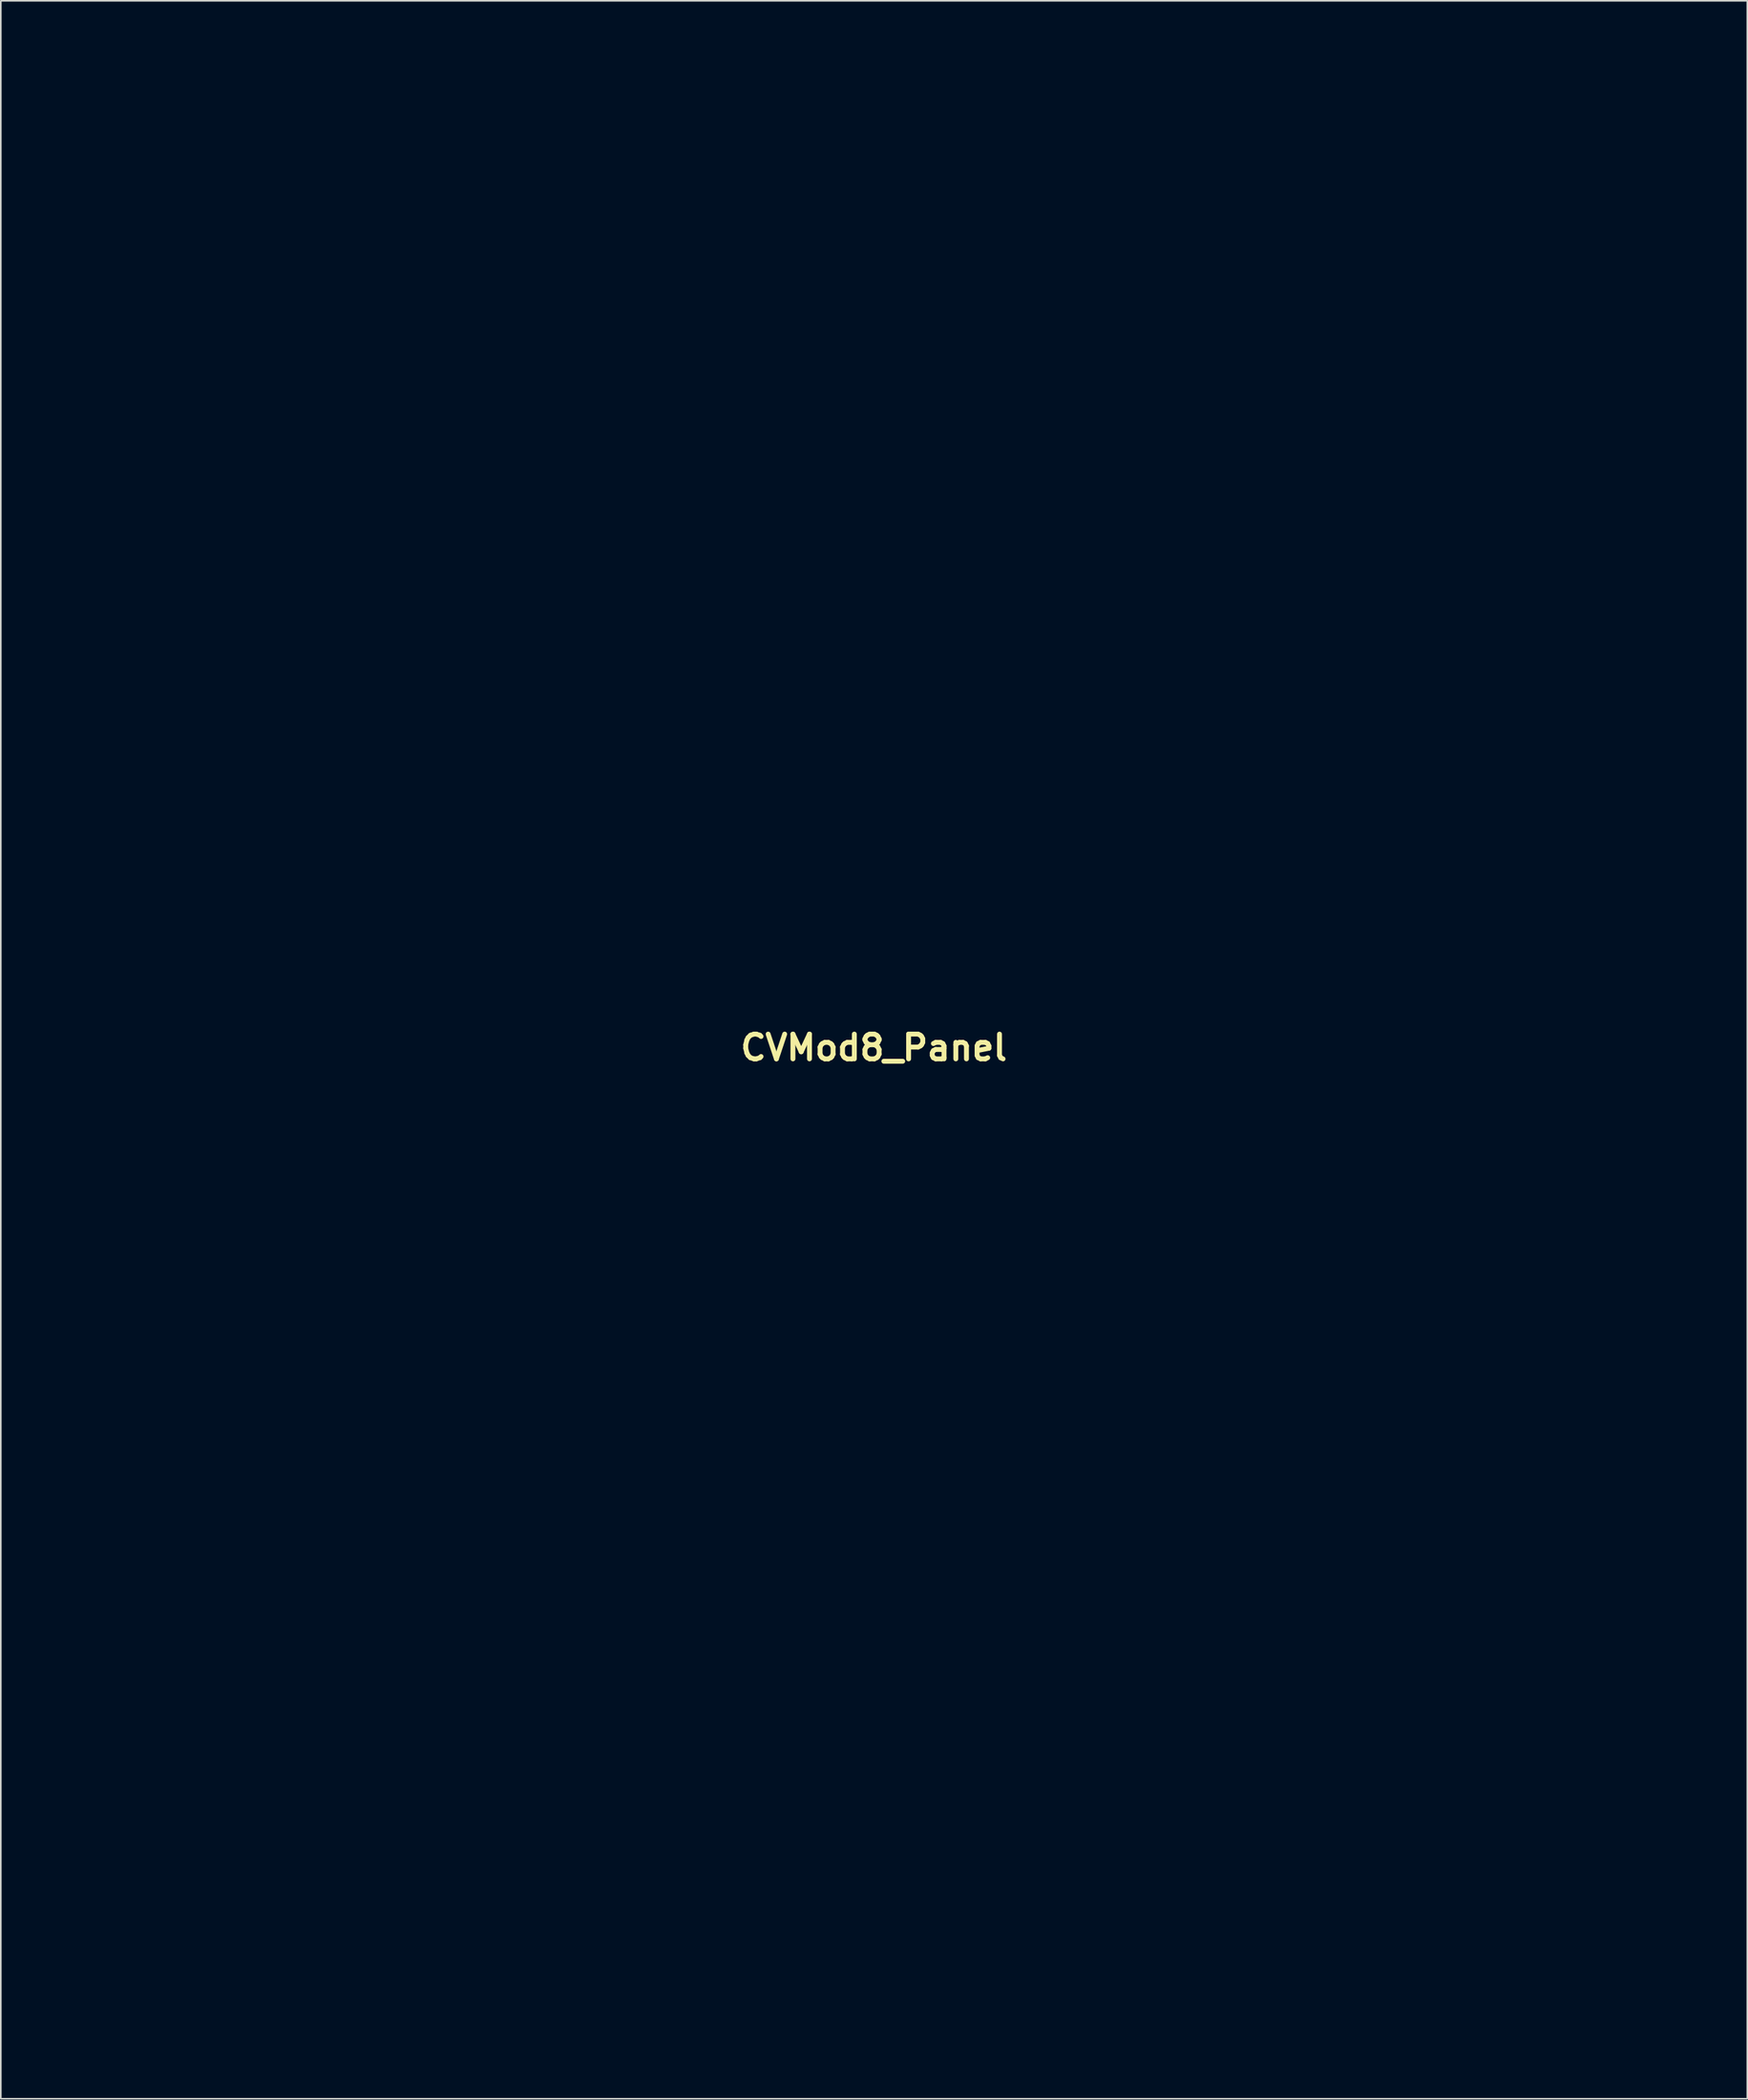
<source format=kicad_pcb>
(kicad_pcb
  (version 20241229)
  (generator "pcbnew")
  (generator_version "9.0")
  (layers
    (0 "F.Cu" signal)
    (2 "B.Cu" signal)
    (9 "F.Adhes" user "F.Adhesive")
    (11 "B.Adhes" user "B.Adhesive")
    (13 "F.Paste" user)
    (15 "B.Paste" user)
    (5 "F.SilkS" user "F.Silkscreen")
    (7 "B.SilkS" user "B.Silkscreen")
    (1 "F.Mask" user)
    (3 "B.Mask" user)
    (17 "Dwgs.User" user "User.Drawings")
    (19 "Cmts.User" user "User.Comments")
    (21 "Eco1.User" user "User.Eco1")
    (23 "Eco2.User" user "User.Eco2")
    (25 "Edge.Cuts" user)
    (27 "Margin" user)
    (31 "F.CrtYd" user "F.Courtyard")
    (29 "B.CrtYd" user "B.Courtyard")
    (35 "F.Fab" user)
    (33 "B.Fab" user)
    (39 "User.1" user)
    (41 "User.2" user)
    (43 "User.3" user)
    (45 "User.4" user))
  (footprint "CVMod8_Panel"
    (layer "F.Cu")
    (at 50.671 61.354)
    (property "Reference" "CVMod8_Panel" (at 0 0 0) (layer "F.SilkS") (effects (font (size 1.524 1.524) (thickness 0.3))))
    (attr board_only exclude_from_pos_files exclude_from_bom)
    (fp_poly (pts (xy -45.604 -60.902) (xy -50.671 -60.902) (xy -50.671 -61.354) (xy -45.604 -61.354)) (stroke (width 0) (type solid)) (fill yes) (layer "F.Mask"))
    (fp_poly (pts (xy -45.604 61.612) (xy -50.671 61.612) (xy -50.671 61.16) (xy -45.604 61.16)) (stroke (width 0) (type solid)) (fill yes) (layer "F.Mask"))
    (fp_poly (pts (xy -43.861 -29.37) (xy -44.313 -29.37) (xy -44.313 -32.791) (xy -43.861 -32.791)) (stroke (width 0) (type solid)) (fill yes) (layer "F.Mask"))
    (fp_poly (pts (xy -31.274 -29.37) (xy -31.726 -29.37) (xy -31.726 -32.791) (xy -31.274 -32.791)) (stroke (width 0) (type solid)) (fill yes) (layer "F.Mask"))
    (fp_poly (pts (xy -18.687 -29.37) (xy -19.139 -29.37) (xy -19.139 -32.791) (xy -18.687 -32.791)) (stroke (width 0) (type solid)) (fill yes) (layer "F.Mask"))
    (fp_poly (pts (xy -6.068 -29.37) (xy -6.519 -29.37) (xy -6.519 -32.791) (xy -6.068 -32.791)) (stroke (width 0) (type solid)) (fill yes) (layer "F.Mask"))
    (fp_poly (pts (xy 6.487 -29.37) (xy 6.035 -29.37) (xy 6.035 -32.791) (xy 6.487 -32.791)) (stroke (width 0) (type solid)) (fill yes) (layer "F.Mask"))
    (fp_poly (pts (xy 19.106 -29.37) (xy 18.655 -29.37) (xy 18.655 -32.791) (xy 19.106 -32.791)) (stroke (width 0) (type solid)) (fill yes) (layer "F.Mask"))
    (fp_poly (pts (xy 31.694 -29.37) (xy 31.242 -29.37) (xy 31.242 -32.791) (xy 31.694 -32.791)) (stroke (width 0) (type solid)) (fill yes) (layer "F.Mask"))
    (fp_poly (pts (xy 40.795 -60.902) (xy -40.73 -60.902) (xy -40.73 -61.354) (xy 40.795 -61.354)) (stroke (width 0) (type solid)) (fill yes) (layer "F.Mask"))
    (fp_poly (pts (xy 40.795 61.612) (xy -40.73 61.612) (xy -40.73 61.16) (xy 40.795 61.16)) (stroke (width 0) (type solid)) (fill yes) (layer "F.Mask"))
    (fp_poly (pts (xy 44.281 -29.37) (xy 43.829 -29.37) (xy 43.829 -32.791) (xy 44.281 -32.791)) (stroke (width 0) (type solid)) (fill yes) (layer "F.Mask"))
    (fp_poly (pts (xy 50.703 -60.902) (xy 45.636 -60.902) (xy 45.636 -61.354) (xy 50.703 -61.354)) (stroke (width 0) (type solid)) (fill yes) (layer "F.Mask"))
    (fp_poly (pts (xy 50.703 61.612) (xy 45.636 61.612) (xy 45.636 61.16) (xy 50.703 61.16)) (stroke (width 0) (type solid)) (fill yes) (layer "F.Mask"))
    (fp_poly (pts (xy -44.281 -1.42) (xy -43.054 -1.42) (xy -43.054 -2.066) (xy -42.667 -2.066) (xy -42.667 -0.387) (xy -43.054 -0.387) (xy -43.054 -1.13) (xy -44.281 -1.13) (xy -44.281 -0.387) (xy -44.668 -0.387) (xy -44.668 -2.066) (xy -44.281 -2.066)) (stroke (width 0) (type solid)) (fill yes) (layer "F.Mask"))
    (fp_poly (pts (xy -32.113 -1.42) (xy -30.887 -1.42) (xy -30.887 -2.066) (xy -30.499 -2.066) (xy -30.499 -0.387) (xy -30.887 -0.387) (xy -30.887 -1.13) (xy -32.113 -1.13) (xy -32.113 -0.387) (xy -32.5 -0.387) (xy -32.5 -2.066) (xy -32.113 -2.066)) (stroke (width 0) (type solid)) (fill yes) (layer "F.Mask"))
    (fp_poly (pts (xy -19.526 -1.42) (xy -18.3 -1.42) (xy -18.3 -2.066) (xy -17.912 -2.066) (xy -17.912 -0.387) (xy -18.3 -0.387) (xy -18.3 -1.13) (xy -19.526 -1.13) (xy -19.526 -0.387) (xy -19.913 -0.387) (xy -19.913 -2.066) (xy -19.526 -2.066)) (stroke (width 0) (type solid)) (fill yes) (layer "F.Mask"))
    (fp_poly (pts (xy -7.004 -1.42) (xy -5.777 -1.42) (xy -5.777 -2.066) (xy -5.39 -2.066) (xy -5.39 -0.387) (xy -5.777 -0.387) (xy -5.777 -1.13) (xy -7.004 -1.13) (xy -7.004 -0.387) (xy -7.391 -0.387) (xy -7.391 -2.066) (xy -7.004 -2.066)) (stroke (width 0) (type solid)) (fill yes) (layer "F.Mask"))
    (fp_poly (pts (xy 5.583 -1.42) (xy 6.81 -1.42) (xy 6.81 -2.066) (xy 7.197 -2.066) (xy 7.197 -0.387) (xy 6.81 -0.387) (xy 6.81 -1.13) (xy 5.583 -1.13) (xy 5.583 -0.387) (xy 5.196 -0.387) (xy 5.196 -2.066) (xy 5.583 -2.066)) (stroke (width 0) (type solid)) (fill yes) (layer "F.Mask"))
    (fp_poly (pts (xy 18.267 -1.42) (xy 19.494 -1.42) (xy 19.494 -2.066) (xy 19.881 -2.066) (xy 19.881 -0.387) (xy 19.494 -0.387) (xy 19.494 -1.13) (xy 18.267 -1.13) (xy 18.267 -0.387) (xy 17.88 -0.387) (xy 17.88 -2.066) (xy 18.267 -2.066)) (stroke (width 0) (type solid)) (fill yes) (layer "F.Mask"))
    (fp_poly (pts (xy 30.822 -1.42) (xy 32.049 -1.42) (xy 32.049 -2.066) (xy 32.436 -2.066) (xy 32.436 -0.387) (xy 32.049 -0.387) (xy 32.049 -1.13) (xy 30.822 -1.13) (xy 30.822 -0.387) (xy 30.435 -0.387) (xy 30.435 -2.066) (xy 30.822 -2.066)) (stroke (width 0) (type solid)) (fill yes) (layer "F.Mask"))
    (fp_poly (pts (xy 43.506 -1.42) (xy 44.732 -1.42) (xy 44.732 -2.066) (xy 45.12 -2.066) (xy 45.12 -0.387) (xy 44.732 -0.387) (xy 44.732 -1.13) (xy 43.506 -1.13) (xy 43.506 -0.387) (xy 43.119 -0.387) (xy 43.119 -2.066) (xy 43.506 -2.066)) (stroke (width 0) (type solid)) (fill yes) (layer "F.Mask"))
    (fp_poly (pts (xy -41.555 -2.034) (xy -41.549 -1.948) (xy -41.544 -1.813) (xy -41.54 -1.64) (xy -41.538 -1.435) (xy -41.537 -1.226) (xy -41.537 -0.387) (xy -41.892 -0.387) (xy -41.892 -1.743) (xy -42.247 -1.743) (xy -42.247 -1.856) (xy -42.241 -1.931) (xy -42.226 -1.968) (xy -42.223 -1.969) (xy -42.183 -1.974) (xy -42.093 -1.987) (xy -41.971 -2.005) (xy -41.892 -2.017) (xy -41.758 -2.038) (xy -41.648 -2.054) (xy -41.578 -2.063) (xy -41.561 -2.065)) (stroke (width 0) (type solid)) (fill yes) (layer "F.Mask"))
    (fp_poly (pts (xy -4.351 -57.336) (xy -5.083 -55.997) (xy -5.535 -55.999) (xy -6.221 -57.2) (xy -6.37 -57.459) (xy -6.511 -57.706) (xy -6.641 -57.934) (xy -6.757 -58.135) (xy -6.854 -58.303) (xy -6.928 -58.432) (xy -6.976 -58.515) (xy -6.99 -58.538) (xy -7.072 -58.675) (xy -6.342 -58.674) (xy -5.812 -57.721) (xy -5.686 -57.497) (xy -5.57 -57.292) (xy -5.466 -57.115) (xy -5.38 -56.97) (xy -5.314 -56.865) (xy -5.272 -56.805) (xy -5.259 -56.794) (xy -5.238 -56.827) (xy -5.192 -56.911) (xy -5.122 -57.038) (xy -5.034 -57.202) (xy -4.931 -57.394) (xy -4.816 -57.609) (xy -4.743 -57.747) (xy -4.25 -58.675) (xy -3.62 -58.675)) (stroke (width 0) (type solid)) (fill yes) (layer "F.Mask"))
    (fp_poly (pts (xy 34.663 -1.927) (xy 34.659 -1.878) (xy 34.646 -1.823) (xy 34.619 -1.754) (xy 34.575 -1.664) (xy 34.509 -1.545) (xy 34.419 -1.39) (xy 34.3 -1.191) (xy 34.233 -1.08) (xy 33.803 -0.371) (xy 33.368 -0.352) (xy 33.408 -0.426) (xy 33.435 -0.474) (xy 33.492 -0.568) (xy 33.572 -0.699) (xy 33.67 -0.859) (xy 33.781 -1.038) (xy 33.845 -1.141) (xy 33.958 -1.322) (xy 34.058 -1.485) (xy 34.141 -1.621) (xy 34.202 -1.723) (xy 34.237 -1.782) (xy 34.243 -1.794) (xy 34.213 -1.799) (xy 34.128 -1.802) (xy 34.001 -1.805) (xy 33.84 -1.807) (xy 33.711 -1.807) (xy 33.178 -1.807) (xy 33.178 -1.445) (xy 33.029 -1.467) (xy 32.916 -1.486) (xy 32.847 -1.508) (xy 32.809 -1.548) (xy 32.794 -1.621) (xy 32.791 -1.739) (xy 32.791 -1.795) (xy 32.791 -2.066) (xy 34.663 -2.066)) (stroke (width 0) (type solid)) (fill yes) (layer "F.Mask"))
    (fp_poly (pts (xy -3.486 -1.001) (xy -3.066 -1.001) (xy -3.066 -0.742) (xy -3.486 -0.742) (xy -3.486 -0.355) (xy -3.841 -0.355) (xy -3.841 -0.742) (xy -5.099 -0.742) (xy -5.099 -0.871) (xy -5.098 -0.912) (xy -5.091 -0.949) (xy -5.072 -0.988) (xy -5.052 -1.013) (xy -4.712 -1.013) (xy -4.682 -1.009) (xy -4.599 -1.005) (xy -4.475 -1.002) (xy -4.321 -1.001) (xy -4.276 -1.001) (xy -3.841 -1.001) (xy -3.841 -1.377) (xy -3.841 -1.536) (xy -3.844 -1.641) (xy -3.851 -1.7) (xy -3.863 -1.722) (xy -3.882 -1.717) (xy -3.897 -1.705) (xy -3.941 -1.668) (xy -4.025 -1.598) (xy -4.137 -1.504) (xy -4.268 -1.395) (xy -4.333 -1.341) (xy -4.464 -1.232) (xy -4.575 -1.137) (xy -4.659 -1.064) (xy -4.705 -1.022) (xy -4.712 -1.013) (xy -5.052 -1.013) (xy -5.035 -1.035) (xy -4.975 -1.097) (xy -4.887 -1.179) (xy -4.764 -1.287) (xy -4.601 -1.427) (xy -4.478 -1.532) (xy -3.857 -2.065) (xy -3.486 -2.066)) (stroke (width 0) (type solid)) (fill yes) (layer "F.Mask"))
    (fp_poly (pts (xy -2.099 -57.871) (xy -1.475 -57.068) (xy -1.357 -57.218) (xy -1.304 -57.286) (xy -1.22 -57.396) (xy -1.111 -57.54) (xy -0.984 -57.707) (xy -0.846 -57.89) (xy -0.748 -58.021) (xy -0.257 -58.675) (xy 0.258 -58.675) (xy 0.258 -55.996) (xy -0.323 -55.996) (xy -0.323 -57.842) (xy -0.444 -57.665) (xy -0.499 -57.586) (xy -0.586 -57.466) (xy -0.696 -57.316) (xy -0.822 -57.145) (xy -0.955 -56.965) (xy -1.001 -56.905) (xy -1.152 -56.704) (xy -1.27 -56.552) (xy -1.361 -56.442) (xy -1.428 -56.371) (xy -1.477 -56.332) (xy -1.508 -56.32) (xy -1.538 -56.33) (xy -1.581 -56.364) (xy -1.641 -56.426) (xy -1.723 -56.522) (xy -1.829 -56.657) (xy -1.965 -56.834) (xy -2.122 -57.042) (xy -2.264 -57.232) (xy -2.395 -57.408) (xy -2.508 -57.562) (xy -2.599 -57.686) (xy -2.663 -57.773) (xy -2.694 -57.817) (xy -2.695 -57.819) (xy -2.705 -57.809) (xy -2.713 -57.738) (xy -2.717 -57.607) (xy -2.72 -57.413) (xy -2.719 -57.157) (xy -2.717 -56.935) (xy -2.707 -55.996) (xy -3.227 -55.996) (xy -3.227 -58.675) (xy -2.722 -58.675)) (stroke (width 0) (type solid)) (fill yes) (layer "F.Mask"))
    (fp_poly (pts (xy -45.668 -2.063) (xy -45.462 -2.059) (xy -45.311 -2.051) (xy -45.21 -2.04) (xy -45.154 -2.025) (xy -45.152 -2.024) (xy -45.077 -1.953) (xy -45.023 -1.836) (xy -44.995 -1.687) (xy -44.992 -1.64) (xy -44.995 -1.573) (xy -45.013 -1.53) (xy -45.059 -1.503) (xy -45.146 -1.483) (xy -45.257 -1.467) (xy -45.41 -1.445) (xy -45.41 -1.775) (xy -46.443 -1.775) (xy -46.443 -0.71) (xy -45.41 -0.71) (xy -45.41 -1.071) (xy -45.273 -1.048) (xy -45.137 -1.022) (xy -45.054 -0.993) (xy -45.01 -0.952) (xy -44.994 -0.889) (xy -44.992 -0.832) (xy -45.011 -0.665) (xy -45.058 -0.532) (xy -45.128 -0.444) (xy -45.152 -0.429) (xy -45.207 -0.414) (xy -45.306 -0.402) (xy -45.454 -0.394) (xy -45.657 -0.39) (xy -45.92 -0.388) (xy -45.933 -0.388) (xy -46.163 -0.388) (xy -46.337 -0.389) (xy -46.465 -0.392) (xy -46.555 -0.397) (xy -46.617 -0.407) (xy -46.66 -0.421) (xy -46.693 -0.44) (xy -46.724 -0.465) (xy -46.814 -0.543) (xy -46.814 -1.91) (xy -46.724 -1.988) (xy -46.692 -2.013) (xy -46.66 -2.032) (xy -46.617 -2.046) (xy -46.554 -2.056) (xy -46.464 -2.061) (xy -46.335 -2.064) (xy -46.161 -2.065) (xy -45.933 -2.065)) (stroke (width 0) (type solid)) (fill yes) (layer "F.Mask"))
    (fp_poly (pts (xy -33.5 -2.063) (xy -33.295 -2.059) (xy -33.144 -2.051) (xy -33.043 -2.04) (xy -32.986 -2.025) (xy -32.984 -2.024) (xy -32.91 -1.953) (xy -32.855 -1.836) (xy -32.827 -1.687) (xy -32.825 -1.64) (xy -32.827 -1.573) (xy -32.845 -1.53) (xy -32.892 -1.503) (xy -32.979 -1.483) (xy -33.089 -1.467) (xy -33.243 -1.445) (xy -33.243 -1.775) (xy -34.275 -1.775) (xy -34.275 -0.71) (xy -33.243 -0.71) (xy -33.243 -1.071) (xy -33.106 -1.048) (xy -32.97 -1.022) (xy -32.886 -0.993) (xy -32.842 -0.952) (xy -32.826 -0.889) (xy -32.825 -0.832) (xy -32.843 -0.665) (xy -32.89 -0.532) (xy -32.961 -0.444) (xy -32.984 -0.429) (xy -33.039 -0.414) (xy -33.138 -0.402) (xy -33.287 -0.394) (xy -33.49 -0.39) (xy -33.752 -0.388) (xy -33.765 -0.388) (xy -33.995 -0.388) (xy -34.169 -0.389) (xy -34.297 -0.392) (xy -34.388 -0.397) (xy -34.45 -0.407) (xy -34.493 -0.421) (xy -34.525 -0.44) (xy -34.556 -0.465) (xy -34.647 -0.543) (xy -34.647 -1.91) (xy -34.556 -1.988) (xy -34.525 -2.013) (xy -34.492 -2.032) (xy -34.449 -2.046) (xy -34.387 -2.056) (xy -34.296 -2.061) (xy -34.168 -2.064) (xy -33.993 -2.065) (xy -33.765 -2.065)) (stroke (width 0) (type solid)) (fill yes) (layer "F.Mask"))
    (fp_poly (pts (xy -20.913 -2.063) (xy -20.708 -2.059) (xy -20.557 -2.051) (xy -20.456 -2.04) (xy -20.399 -2.025) (xy -20.397 -2.024) (xy -20.323 -1.953) (xy -20.268 -1.836) (xy -20.24 -1.687) (xy -20.238 -1.64) (xy -20.24 -1.573) (xy -20.258 -1.53) (xy -20.305 -1.503) (xy -20.392 -1.483) (xy -20.502 -1.467) (xy -20.656 -1.445) (xy -20.656 -1.775) (xy -21.688 -1.775) (xy -21.688 -0.71) (xy -20.656 -0.71) (xy -20.656 -1.071) (xy -20.518 -1.048) (xy -20.383 -1.022) (xy -20.299 -0.993) (xy -20.255 -0.952) (xy -20.239 -0.889) (xy -20.238 -0.832) (xy -20.256 -0.665) (xy -20.303 -0.532) (xy -20.374 -0.444) (xy -20.397 -0.429) (xy -20.452 -0.414) (xy -20.551 -0.402) (xy -20.7 -0.394) (xy -20.903 -0.39) (xy -21.165 -0.388) (xy -21.178 -0.388) (xy -21.408 -0.388) (xy -21.582 -0.389) (xy -21.71 -0.392) (xy -21.801 -0.397) (xy -21.863 -0.407) (xy -21.905 -0.421) (xy -21.938 -0.44) (xy -21.969 -0.465) (xy -22.06 -0.543) (xy -22.06 -1.91) (xy -21.969 -1.988) (xy -21.938 -2.013) (xy -21.905 -2.032) (xy -21.862 -2.046) (xy -21.8 -2.056) (xy -21.709 -2.061) (xy -21.581 -2.064) (xy -21.406 -2.065) (xy -21.178 -2.065)) (stroke (width 0) (type solid)) (fill yes) (layer "F.Mask"))
    (fp_poly (pts (xy -8.391 -2.063) (xy -8.185 -2.059) (xy -8.034 -2.051) (xy -7.933 -2.04) (xy -7.877 -2.025) (xy -7.875 -2.024) (xy -7.8 -1.953) (xy -7.746 -1.836) (xy -7.718 -1.687) (xy -7.715 -1.64) (xy -7.718 -1.573) (xy -7.736 -1.53) (xy -7.782 -1.503) (xy -7.869 -1.483) (xy -7.98 -1.467) (xy -8.133 -1.445) (xy -8.133 -1.775) (xy -9.166 -1.775) (xy -9.166 -0.71) (xy -8.133 -0.71) (xy -8.133 -1.071) (xy -7.996 -1.048) (xy -7.86 -1.022) (xy -7.777 -0.993) (xy -7.733 -0.952) (xy -7.717 -0.889) (xy -7.715 -0.832) (xy -7.734 -0.665) (xy -7.781 -0.532) (xy -7.851 -0.444) (xy -7.875 -0.429) (xy -7.93 -0.414) (xy -8.029 -0.402) (xy -8.177 -0.394) (xy -8.38 -0.39) (xy -8.643 -0.388) (xy -8.656 -0.388) (xy -8.886 -0.388) (xy -9.06 -0.389) (xy -9.188 -0.392) (xy -9.278 -0.397) (xy -9.34 -0.407) (xy -9.383 -0.421) (xy -9.416 -0.44) (xy -9.447 -0.465) (xy -9.537 -0.543) (xy -9.537 -1.91) (xy -9.447 -1.988) (xy -9.415 -2.013) (xy -9.383 -2.032) (xy -9.34 -2.046) (xy -9.277 -2.056) (xy -9.187 -2.061) (xy -9.058 -2.064) (xy -8.884 -2.065) (xy -8.656 -2.065)) (stroke (width 0) (type solid)) (fill yes) (layer "F.Mask"))
    (fp_poly (pts (xy 4.196 -2.063) (xy 4.402 -2.059) (xy 4.553 -2.051) (xy 4.654 -2.04) (xy 4.71 -2.025) (xy 4.712 -2.024) (xy 4.787 -1.953) (xy 4.841 -1.836) (xy 4.869 -1.687) (xy 4.872 -1.64) (xy 4.869 -1.573) (xy 4.851 -1.53) (xy 4.805 -1.503) (xy 4.718 -1.483) (xy 4.607 -1.467) (xy 4.454 -1.445) (xy 4.454 -1.775) (xy 3.421 -1.775) (xy 3.421 -0.71) (xy 4.454 -0.71) (xy 4.454 -1.071) (xy 4.591 -1.048) (xy 4.727 -1.022) (xy 4.81 -0.993) (xy 4.854 -0.952) (xy 4.87 -0.889) (xy 4.872 -0.832) (xy 4.853 -0.665) (xy 4.806 -0.532) (xy 4.736 -0.444) (xy 4.712 -0.429) (xy 4.657 -0.414) (xy 4.558 -0.402) (xy 4.41 -0.394) (xy 4.207 -0.39) (xy 3.944 -0.388) (xy 3.931 -0.388) (xy 3.701 -0.388) (xy 3.527 -0.389) (xy 3.399 -0.392) (xy 3.309 -0.397) (xy 3.247 -0.407) (xy 3.204 -0.421) (xy 3.172 -0.44) (xy 3.14 -0.465) (xy 3.05 -0.543) (xy 3.05 -1.91) (xy 3.14 -1.988) (xy 3.172 -2.013) (xy 3.204 -2.032) (xy 3.247 -2.046) (xy 3.31 -2.056) (xy 3.4 -2.061) (xy 3.529 -2.064) (xy 3.703 -2.065) (xy 3.931 -2.065)) (stroke (width 0) (type solid)) (fill yes) (layer "F.Mask"))
    (fp_poly (pts (xy 16.88 -2.063) (xy 17.086 -2.059) (xy 17.236 -2.051) (xy 17.338 -2.04) (xy 17.394 -2.025) (xy 17.396 -2.024) (xy 17.471 -1.953) (xy 17.525 -1.836) (xy 17.553 -1.687) (xy 17.555 -1.64) (xy 17.553 -1.573) (xy 17.535 -1.53) (xy 17.489 -1.503) (xy 17.401 -1.483) (xy 17.291 -1.467) (xy 17.138 -1.445) (xy 17.138 -1.775) (xy 16.105 -1.775) (xy 16.105 -0.71) (xy 17.138 -0.71) (xy 17.138 -1.071) (xy 17.275 -1.048) (xy 17.411 -1.022) (xy 17.494 -0.993) (xy 17.538 -0.952) (xy 17.554 -0.889) (xy 17.555 -0.832) (xy 17.537 -0.665) (xy 17.49 -0.532) (xy 17.42 -0.444) (xy 17.396 -0.429) (xy 17.341 -0.414) (xy 17.242 -0.402) (xy 17.093 -0.394) (xy 16.891 -0.39) (xy 16.628 -0.388) (xy 16.615 -0.388) (xy 16.385 -0.388) (xy 16.211 -0.389) (xy 16.083 -0.392) (xy 15.993 -0.397) (xy 15.931 -0.407) (xy 15.888 -0.421) (xy 15.855 -0.44) (xy 15.824 -0.465) (xy 15.734 -0.543) (xy 15.734 -1.91) (xy 15.824 -1.988) (xy 15.856 -2.013) (xy 15.888 -2.032) (xy 15.931 -2.046) (xy 15.993 -2.056) (xy 16.084 -2.061) (xy 16.212 -2.064) (xy 16.387 -2.065) (xy 16.615 -2.065)) (stroke (width 0) (type solid)) (fill yes) (layer "F.Mask"))
    (fp_poly (pts (xy 29.435 -2.063) (xy 29.64 -2.059) (xy 29.791 -2.051) (xy 29.893 -2.04) (xy 29.949 -2.025) (xy 29.951 -2.024) (xy 30.025 -1.953) (xy 30.08 -1.836) (xy 30.108 -1.687) (xy 30.11 -1.64) (xy 30.108 -1.573) (xy 30.09 -1.53) (xy 30.044 -1.503) (xy 29.956 -1.483) (xy 29.846 -1.467) (xy 29.693 -1.445) (xy 29.693 -1.775) (xy 28.66 -1.775) (xy 28.66 -0.71) (xy 29.693 -0.71) (xy 29.693 -1.071) (xy 29.83 -1.048) (xy 29.965 -1.022) (xy 30.049 -0.993) (xy 30.093 -0.952) (xy 30.109 -0.889) (xy 30.11 -0.832) (xy 30.092 -0.665) (xy 30.045 -0.532) (xy 29.975 -0.444) (xy 29.951 -0.429) (xy 29.896 -0.414) (xy 29.797 -0.402) (xy 29.648 -0.394) (xy 29.445 -0.39) (xy 29.183 -0.388) (xy 29.17 -0.388) (xy 28.94 -0.388) (xy 28.766 -0.389) (xy 28.638 -0.392) (xy 28.548 -0.397) (xy 28.485 -0.407) (xy 28.443 -0.421) (xy 28.41 -0.44) (xy 28.379 -0.465) (xy 28.289 -0.543) (xy 28.289 -1.91) (xy 28.379 -1.988) (xy 28.41 -2.013) (xy 28.443 -2.032) (xy 28.486 -2.046) (xy 28.548 -2.056) (xy 28.639 -2.061) (xy 28.767 -2.064) (xy 28.942 -2.065) (xy 29.17 -2.065)) (stroke (width 0) (type solid)) (fill yes) (layer "F.Mask"))
    (fp_poly (pts (xy 42.119 -2.063) (xy 42.324 -2.059) (xy 42.475 -2.051) (xy 42.576 -2.04) (xy 42.633 -2.025) (xy 42.635 -2.024) (xy 42.709 -1.953) (xy 42.764 -1.836) (xy 42.792 -1.687) (xy 42.794 -1.64) (xy 42.792 -1.573) (xy 42.774 -1.53) (xy 42.727 -1.503) (xy 42.64 -1.483) (xy 42.53 -1.467) (xy 42.376 -1.445) (xy 42.376 -1.775) (xy 41.344 -1.775) (xy 41.344 -0.71) (xy 42.376 -0.71) (xy 42.376 -1.071) (xy 42.514 -1.048) (xy 42.649 -1.022) (xy 42.733 -0.993) (xy 42.777 -0.952) (xy 42.793 -0.889) (xy 42.794 -0.832) (xy 42.776 -0.665) (xy 42.729 -0.532) (xy 42.658 -0.444) (xy 42.635 -0.429) (xy 42.58 -0.414) (xy 42.481 -0.402) (xy 42.332 -0.394) (xy 42.129 -0.39) (xy 41.867 -0.388) (xy 41.854 -0.388) (xy 41.624 -0.388) (xy 41.45 -0.389) (xy 41.322 -0.392) (xy 41.231 -0.397) (xy 41.169 -0.407) (xy 41.127 -0.421) (xy 41.094 -0.44) (xy 41.063 -0.465) (xy 40.972 -0.543) (xy 40.972 -1.91) (xy 41.063 -1.988) (xy 41.094 -2.013) (xy 41.127 -2.032) (xy 41.17 -2.046) (xy 41.232 -2.056) (xy 41.323 -2.061) (xy 41.451 -2.064) (xy 41.626 -2.065) (xy 41.854 -2.065)) (stroke (width 0) (type solid)) (fill yes) (layer "F.Mask"))
    (fp_poly (pts (xy 4.994 -58.184) (xy 5.27 -58.181) (xy 5.49 -58.177) (xy 5.662 -58.173) (xy 5.794 -58.167) (xy 5.894 -58.16) (xy 5.971 -58.15) (xy 6.033 -58.136) (xy 6.088 -58.119) (xy 6.141 -58.099) (xy 6.38 -57.978) (xy 6.562 -57.827) (xy 6.692 -57.642) (xy 6.772 -57.418) (xy 6.803 -57.178) (xy 6.801 -56.926) (xy 6.761 -56.717) (xy 6.68 -56.537) (xy 6.581 -56.403) (xy 6.479 -56.299) (xy 6.372 -56.214) (xy 6.25 -56.146) (xy 6.108 -56.093) (xy 5.937 -56.053) (xy 5.731 -56.026) (xy 5.481 -56.008) (xy 5.181 -55.999) (xy 4.865 -55.997) (xy 4.034 -55.996) (xy 4.034 -57.777) (xy 4.583 -57.777) (xy 4.583 -56.416) (xy 5.011 -56.416) (xy 5.194 -56.419) (xy 5.375 -56.426) (xy 5.534 -56.437) (xy 5.648 -56.45) (xy 5.874 -56.507) (xy 6.045 -56.598) (xy 6.165 -56.724) (xy 6.237 -56.89) (xy 6.261 -57.097) (xy 6.261 -57.11) (xy 6.239 -57.319) (xy 6.171 -57.485) (xy 6.056 -57.612) (xy 5.955 -57.674) (xy 5.894 -57.703) (xy 5.835 -57.724) (xy 5.768 -57.739) (xy 5.68 -57.75) (xy 5.56 -57.757) (xy 5.398 -57.762) (xy 5.188 -57.766) (xy 4.583 -57.777) (xy 4.034 -57.777) (xy 4.034 -58.195)) (stroke (width 0) (type solid)) (fill yes) (layer "F.Mask"))
    (fp_poly (pts (xy -0.516 -42.038) (xy -1.492 -41.061) (xy -1.733 -40.82) (xy -1.932 -40.62) (xy -2.09 -40.457) (xy -2.212 -40.33) (xy -2.301 -40.233) (xy -2.36 -40.164) (xy -2.392 -40.119) (xy -2.401 -40.094) (xy -2.39 -40.085) (xy -2.388 -40.085) (xy -2.33 -40.089) (xy -2.22 -40.099) (xy -2.071 -40.114) (xy -1.897 -40.133) (xy -1.775 -40.147) (xy -1.598 -40.167) (xy -1.445 -40.183) (xy -1.326 -40.195) (xy -1.254 -40.201) (xy -1.235 -40.201) (xy -1.254 -40.177) (xy -1.31 -40.117) (xy -1.393 -40.031) (xy -1.482 -39.942) (xy -1.736 -39.69) (xy -2.554 -39.598) (xy -2.776 -39.573) (xy -2.976 -39.55) (xy -3.145 -39.531) (xy -3.274 -39.516) (xy -3.356 -39.507) (xy -3.381 -39.505) (xy -3.388 -39.512) (xy -3.385 -39.545) (xy -3.375 -39.633) (xy -3.359 -39.769) (xy -3.34 -39.942) (xy -3.317 -40.146) (xy -3.295 -40.339) (xy -3.203 -41.157) (xy -2.95 -41.411) (xy -2.849 -41.512) (xy -2.765 -41.592) (xy -2.709 -41.643) (xy -2.69 -41.656) (xy -2.691 -41.623) (xy -2.698 -41.536) (xy -2.712 -41.407) (xy -2.729 -41.247) (xy -2.745 -41.116) (xy -2.766 -40.932) (xy -2.784 -40.766) (xy -2.798 -40.63) (xy -2.806 -40.536) (xy -2.808 -40.505) (xy -2.801 -40.492) (xy -2.778 -40.498) (xy -2.735 -40.528) (xy -2.668 -40.584) (xy -2.575 -40.669) (xy -2.451 -40.787) (xy -2.293 -40.941) (xy -2.098 -41.135) (xy -1.861 -41.37) (xy -1.831 -41.4) (xy -0.855 -42.377)) (stroke (width 0) (type solid)) (fill yes) (layer "F.Mask"))
    (fp_poly (pts (xy 24.69 -42.038) (xy 23.714 -41.061) (xy 23.473 -40.82) (xy 23.275 -40.62) (xy 23.116 -40.457) (xy 22.994 -40.33) (xy 22.905 -40.233) (xy 22.846 -40.164) (xy 22.814 -40.119) (xy 22.805 -40.094) (xy 22.816 -40.085) (xy 22.818 -40.085) (xy 22.877 -40.089) (xy 22.986 -40.099) (xy 23.135 -40.114) (xy 23.309 -40.133) (xy 23.431 -40.147) (xy 23.609 -40.167) (xy 23.762 -40.183) (xy 23.88 -40.195) (xy 23.953 -40.201) (xy 23.971 -40.201) (xy 23.952 -40.177) (xy 23.897 -40.117) (xy 23.813 -40.031) (xy 23.724 -39.942) (xy 23.471 -39.69) (xy 22.652 -39.598) (xy 22.43 -39.573) (xy 22.23 -39.55) (xy 22.061 -39.531) (xy 21.932 -39.516) (xy 21.851 -39.507) (xy 21.826 -39.505) (xy 21.818 -39.512) (xy 21.822 -39.545) (xy 21.832 -39.633) (xy 21.847 -39.769) (xy 21.867 -39.942) (xy 21.89 -40.146) (xy 21.911 -40.339) (xy 22.004 -41.157) (xy 22.256 -41.411) (xy 22.358 -41.512) (xy 22.441 -41.592) (xy 22.497 -41.643) (xy 22.516 -41.656) (xy 22.516 -41.623) (xy 22.508 -41.536) (xy 22.495 -41.407) (xy 22.477 -41.247) (xy 22.462 -41.116) (xy 22.44 -40.932) (xy 22.422 -40.766) (xy 22.408 -40.63) (xy 22.4 -40.536) (xy 22.399 -40.505) (xy 22.406 -40.492) (xy 22.429 -40.498) (xy 22.472 -40.528) (xy 22.538 -40.584) (xy 22.631 -40.669) (xy 22.755 -40.787) (xy 22.913 -40.941) (xy 23.109 -41.135) (xy 23.345 -41.37) (xy 23.375 -41.4) (xy 24.352 -42.377)) (stroke (width 0) (type solid)) (fill yes) (layer "F.Mask"))
    (fp_poly (pts (xy -38.479 -42.207) (xy -38.31 -42.038) (xy -39.286 -41.061) (xy -39.527 -40.82) (xy -39.725 -40.62) (xy -39.883 -40.457) (xy -40.006 -40.33) (xy -40.094 -40.233) (xy -40.153 -40.164) (xy -40.186 -40.119) (xy -40.195 -40.094) (xy -40.183 -40.085) (xy -40.182 -40.085) (xy -40.123 -40.089) (xy -40.013 -40.099) (xy -39.865 -40.114) (xy -39.691 -40.133) (xy -39.568 -40.147) (xy -39.391 -40.167) (xy -39.238 -40.183) (xy -39.12 -40.195) (xy -39.047 -40.201) (xy -39.029 -40.201) (xy -39.047 -40.177) (xy -39.103 -40.117) (xy -39.187 -40.031) (xy -39.275 -39.942) (xy -39.529 -39.69) (xy -40.347 -39.598) (xy -40.57 -39.573) (xy -40.769 -39.55) (xy -40.938 -39.531) (xy -41.068 -39.516) (xy -41.149 -39.507) (xy -41.174 -39.505) (xy -41.182 -39.512) (xy -41.178 -39.545) (xy -41.168 -39.633) (xy -41.153 -39.769) (xy -41.133 -39.942) (xy -41.11 -40.146) (xy -41.088 -40.339) (xy -40.996 -41.157) (xy -40.744 -41.411) (xy -40.642 -41.512) (xy -40.559 -41.592) (xy -40.502 -41.643) (xy -40.483 -41.656) (xy -40.484 -41.623) (xy -40.492 -41.536) (xy -40.505 -41.407) (xy -40.523 -41.247) (xy -40.538 -41.116) (xy -40.559 -40.932) (xy -40.577 -40.766) (xy -40.591 -40.63) (xy -40.599 -40.536) (xy -40.601 -40.505) (xy -40.594 -40.492) (xy -40.571 -40.498) (xy -40.528 -40.528) (xy -40.462 -40.584) (xy -40.368 -40.669) (xy -40.245 -40.787) (xy -40.087 -40.941) (xy -39.891 -41.135) (xy -39.655 -41.37) (xy -39.625 -41.4) (xy -38.648 -42.377)) (stroke (width 0) (type solid)) (fill yes) (layer "F.Mask"))
    (fp_poly (pts (xy -25.892 -42.207) (xy -25.723 -42.038) (xy -26.699 -41.061) (xy -26.94 -40.82) (xy -27.138 -40.62) (xy -27.296 -40.457) (xy -27.419 -40.33) (xy -27.507 -40.233) (xy -27.566 -40.164) (xy -27.599 -40.119) (xy -27.608 -40.094) (xy -27.596 -40.085) (xy -27.594 -40.085) (xy -27.536 -40.089) (xy -27.426 -40.099) (xy -27.278 -40.114) (xy -27.104 -40.133) (xy -26.981 -40.147) (xy -26.804 -40.167) (xy -26.651 -40.183) (xy -26.533 -40.195) (xy -26.46 -40.201) (xy -26.442 -40.201) (xy -26.46 -40.177) (xy -26.516 -40.117) (xy -26.6 -40.031) (xy -26.688 -39.942) (xy -26.942 -39.69) (xy -27.76 -39.598) (xy -27.983 -39.573) (xy -28.182 -39.55) (xy -28.351 -39.531) (xy -28.481 -39.516) (xy -28.562 -39.507) (xy -28.587 -39.505) (xy -28.595 -39.512) (xy -28.591 -39.545) (xy -28.581 -39.633) (xy -28.566 -39.769) (xy -28.546 -39.942) (xy -28.523 -40.146) (xy -28.501 -40.339) (xy -28.409 -41.157) (xy -28.157 -41.411) (xy -28.055 -41.512) (xy -27.972 -41.592) (xy -27.915 -41.643) (xy -27.896 -41.656) (xy -27.897 -41.623) (xy -27.905 -41.536) (xy -27.918 -41.407) (xy -27.936 -41.247) (xy -27.951 -41.116) (xy -27.972 -40.932) (xy -27.99 -40.766) (xy -28.004 -40.63) (xy -28.012 -40.536) (xy -28.014 -40.505) (xy -28.007 -40.492) (xy -27.984 -40.498) (xy -27.941 -40.528) (xy -27.875 -40.584) (xy -27.781 -40.669) (xy -27.657 -40.787) (xy -27.5 -40.941) (xy -27.304 -41.135) (xy -27.068 -41.37) (xy -27.038 -41.4) (xy -26.061 -42.377)) (stroke (width 0) (type solid)) (fill yes) (layer "F.Mask"))
    (fp_poly (pts (xy -13.272 -42.207) (xy -13.103 -42.038) (xy -14.079 -41.061) (xy -14.32 -40.82) (xy -14.519 -40.62) (xy -14.677 -40.457) (xy -14.799 -40.33) (xy -14.888 -40.233) (xy -14.947 -40.164) (xy -14.979 -40.119) (xy -14.988 -40.094) (xy -14.977 -40.085) (xy -14.975 -40.085) (xy -14.917 -40.089) (xy -14.807 -40.099) (xy -14.659 -40.114) (xy -14.484 -40.133) (xy -14.362 -40.147) (xy -14.185 -40.167) (xy -14.032 -40.183) (xy -13.913 -40.195) (xy -13.841 -40.201) (xy -13.823 -40.201) (xy -13.841 -40.177) (xy -13.897 -40.117) (xy -13.98 -40.031) (xy -14.069 -39.942) (xy -14.323 -39.69) (xy -15.141 -39.598) (xy -15.363 -39.573) (xy -15.563 -39.55) (xy -15.732 -39.531) (xy -15.861 -39.516) (xy -15.943 -39.507) (xy -15.968 -39.505) (xy -15.975 -39.512) (xy -15.972 -39.545) (xy -15.962 -39.633) (xy -15.946 -39.769) (xy -15.927 -39.942) (xy -15.904 -40.146) (xy -15.882 -40.339) (xy -15.79 -41.157) (xy -15.537 -41.411) (xy -15.436 -41.512) (xy -15.352 -41.592) (xy -15.296 -41.643) (xy -15.277 -41.656) (xy -15.278 -41.623) (xy -15.285 -41.536) (xy -15.299 -41.407) (xy -15.317 -41.247) (xy -15.332 -41.116) (xy -15.353 -40.932) (xy -15.371 -40.766) (xy -15.385 -40.63) (xy -15.393 -40.536) (xy -15.395 -40.505) (xy -15.388 -40.492) (xy -15.365 -40.498) (xy -15.322 -40.528) (xy -15.255 -40.584) (xy -15.162 -40.669) (xy -15.038 -40.787) (xy -14.88 -40.941) (xy -14.685 -41.135) (xy -14.448 -41.37) (xy -14.418 -41.4) (xy -13.442 -42.377)) (stroke (width 0) (type solid)) (fill yes) (layer "F.Mask"))
    (fp_poly (pts (xy 11.902 -42.207) (xy 12.071 -42.038) (xy 11.095 -41.061) (xy 10.854 -40.82) (xy 10.655 -40.62) (xy 10.497 -40.457) (xy 10.375 -40.33) (xy 10.286 -40.233) (xy 10.227 -40.164) (xy 10.195 -40.119) (xy 10.186 -40.094) (xy 10.197 -40.085) (xy 10.199 -40.085) (xy 10.257 -40.089) (xy 10.367 -40.099) (xy 10.516 -40.114) (xy 10.69 -40.133) (xy 10.812 -40.147) (xy 10.989 -40.167) (xy 11.142 -40.183) (xy 11.261 -40.195) (xy 11.333 -40.201) (xy 11.352 -40.201) (xy 11.333 -40.177) (xy 11.277 -40.117) (xy 11.194 -40.031) (xy 11.105 -39.942) (xy 10.852 -39.69) (xy 10.033 -39.598) (xy 9.811 -39.573) (xy 9.611 -39.55) (xy 9.442 -39.531) (xy 9.313 -39.516) (xy 9.231 -39.507) (xy 9.206 -39.505) (xy 9.199 -39.512) (xy 9.203 -39.545) (xy 9.212 -39.633) (xy 9.228 -39.769) (xy 9.247 -39.942) (xy 9.27 -40.146) (xy 9.292 -40.339) (xy 9.384 -41.157) (xy 9.637 -41.411) (xy 9.738 -41.512) (xy 9.822 -41.592) (xy 9.878 -41.643) (xy 9.897 -41.656) (xy 9.896 -41.623) (xy 9.889 -41.536) (xy 9.875 -41.407) (xy 9.858 -41.247) (xy 9.842 -41.116) (xy 9.821 -40.932) (xy 9.803 -40.766) (xy 9.789 -40.63) (xy 9.781 -40.536) (xy 9.779 -40.505) (xy 9.786 -40.492) (xy 9.809 -40.498) (xy 9.852 -40.528) (xy 9.919 -40.584) (xy 10.012 -40.669) (xy 10.136 -40.787) (xy 10.294 -40.941) (xy 10.489 -41.135) (xy 10.726 -41.37) (xy 10.756 -41.4) (xy 11.732 -42.377)) (stroke (width 0) (type solid)) (fill yes) (layer "F.Mask"))
    (fp_poly (pts (xy 37.108 -42.207) (xy 37.277 -42.038) (xy 36.301 -41.061) (xy 36.06 -40.82) (xy 35.862 -40.62) (xy 35.703 -40.457) (xy 35.581 -40.33) (xy 35.492 -40.233) (xy 35.433 -40.164) (xy 35.401 -40.119) (xy 35.392 -40.094) (xy 35.403 -40.085) (xy 35.405 -40.085) (xy 35.464 -40.089) (xy 35.574 -40.099) (xy 35.722 -40.114) (xy 35.896 -40.133) (xy 36.018 -40.147) (xy 36.196 -40.167) (xy 36.349 -40.183) (xy 36.467 -40.195) (xy 36.54 -40.201) (xy 36.558 -40.201) (xy 36.539 -40.177) (xy 36.484 -40.117) (xy 36.4 -40.031) (xy 36.311 -39.942) (xy 36.058 -39.69) (xy 35.239 -39.598) (xy 35.017 -39.573) (xy 34.817 -39.55) (xy 34.648 -39.531) (xy 34.519 -39.516) (xy 34.438 -39.507) (xy 34.413 -39.505) (xy 34.405 -39.512) (xy 34.409 -39.545) (xy 34.419 -39.633) (xy 34.434 -39.769) (xy 34.454 -39.942) (xy 34.477 -40.146) (xy 34.498 -40.339) (xy 34.591 -41.157) (xy 34.843 -41.411) (xy 34.945 -41.512) (xy 35.028 -41.592) (xy 35.084 -41.643) (xy 35.103 -41.656) (xy 35.103 -41.623) (xy 35.095 -41.536) (xy 35.082 -41.407) (xy 35.064 -41.247) (xy 35.049 -41.116) (xy 35.028 -40.932) (xy 35.009 -40.766) (xy 34.995 -40.63) (xy 34.987 -40.536) (xy 34.986 -40.505) (xy 34.993 -40.492) (xy 35.016 -40.498) (xy 35.059 -40.528) (xy 35.125 -40.584) (xy 35.218 -40.669) (xy 35.342 -40.787) (xy 35.5 -40.941) (xy 35.696 -41.135) (xy 35.932 -41.37) (xy 35.962 -41.4) (xy 36.939 -42.377)) (stroke (width 0) (type solid)) (fill yes) (layer "F.Mask"))
    (fp_poly (pts (xy 49.727 -42.207) (xy 49.897 -42.038) (xy 48.92 -41.061) (xy 48.679 -40.82) (xy 48.481 -40.62) (xy 48.323 -40.457) (xy 48.201 -40.33) (xy 48.112 -40.233) (xy 48.053 -40.164) (xy 48.02 -40.119) (xy 48.012 -40.094) (xy 48.023 -40.085) (xy 48.025 -40.085) (xy 48.083 -40.089) (xy 48.193 -40.099) (xy 48.341 -40.114) (xy 48.515 -40.133) (xy 48.638 -40.147) (xy 48.815 -40.167) (xy 48.968 -40.183) (xy 49.086 -40.195) (xy 49.159 -40.201) (xy 49.177 -40.201) (xy 49.159 -40.177) (xy 49.103 -40.117) (xy 49.019 -40.031) (xy 48.931 -39.942) (xy 48.677 -39.69) (xy 47.859 -39.598) (xy 47.637 -39.573) (xy 47.437 -39.55) (xy 47.268 -39.531) (xy 47.138 -39.516) (xy 47.057 -39.507) (xy 47.032 -39.505) (xy 47.025 -39.512) (xy 47.028 -39.545) (xy 47.038 -39.633) (xy 47.053 -39.769) (xy 47.073 -39.942) (xy 47.096 -40.146) (xy 47.118 -40.339) (xy 47.21 -41.157) (xy 47.462 -41.411) (xy 47.564 -41.512) (xy 47.648 -41.592) (xy 47.704 -41.643) (xy 47.723 -41.656) (xy 47.722 -41.623) (xy 47.714 -41.536) (xy 47.701 -41.407) (xy 47.683 -41.247) (xy 47.668 -41.116) (xy 47.647 -40.932) (xy 47.629 -40.766) (xy 47.615 -40.63) (xy 47.607 -40.536) (xy 47.605 -40.505) (xy 47.612 -40.492) (xy 47.635 -40.498) (xy 47.678 -40.528) (xy 47.744 -40.584) (xy 47.838 -40.669) (xy 47.962 -40.787) (xy 48.119 -40.941) (xy 48.315 -41.135) (xy 48.552 -41.37) (xy 48.581 -41.4) (xy 49.558 -42.377)) (stroke (width 0) (type solid)) (fill yes) (layer "F.Mask"))
    (fp_poly (pts (xy -38.32 -53.403) (xy -38.322 -53.37) (xy -38.33 -53.281) (xy -38.343 -53.144) (xy -38.362 -52.965) (xy -38.385 -52.754) (xy -38.411 -52.519) (xy -38.423 -52.413) (xy -38.535 -51.432) (xy -38.832 -51.133) (xy -38.943 -51.023) (xy -39.037 -50.933) (xy -39.105 -50.87) (xy -39.138 -50.845) (xy -39.14 -50.844) (xy -39.139 -50.878) (xy -39.132 -50.966) (xy -39.119 -51.1) (xy -39.102 -51.271) (xy -39.08 -51.468) (xy -39.069 -51.571) (xy -39.045 -51.779) (xy -39.024 -51.966) (xy -39.007 -52.121) (xy -38.995 -52.236) (xy -38.988 -52.3) (xy -38.988 -52.31) (xy -39.01 -52.292) (xy -39.073 -52.233) (xy -39.173 -52.137) (xy -39.307 -52.007) (xy -39.468 -51.848) (xy -39.654 -51.664) (xy -39.86 -51.459) (xy -40.082 -51.238) (xy -40.158 -51.163) (xy -41.329 -49.992) (xy -41.73 -50.398) (xy -40.57 -51.558) (xy -40.345 -51.783) (xy -40.134 -51.994) (xy -39.943 -52.187) (xy -39.775 -52.358) (xy -39.635 -52.501) (xy -39.526 -52.613) (xy -39.453 -52.689) (xy -39.421 -52.725) (xy -39.42 -52.727) (xy -39.453 -52.727) (xy -39.541 -52.72) (xy -39.675 -52.707) (xy -39.846 -52.689) (xy -40.044 -52.668) (xy -40.149 -52.656) (xy -40.357 -52.633) (xy -40.543 -52.613) (xy -40.696 -52.598) (xy -40.808 -52.588) (xy -40.87 -52.584) (xy -40.88 -52.584) (xy -40.862 -52.61) (xy -40.806 -52.671) (xy -40.721 -52.761) (xy -40.614 -52.869) (xy -40.59 -52.893) (xy -40.29 -53.191) (xy -39.309 -53.301) (xy -39.065 -53.328) (xy -38.843 -53.353) (xy -38.65 -53.373) (xy -38.495 -53.389) (xy -38.384 -53.399) (xy -38.327 -53.403)) (stroke (width 0) (type solid)) (fill yes) (layer "F.Mask"))
    (fp_poly (pts (xy -25.733 -53.403) (xy -25.735 -53.37) (xy -25.743 -53.281) (xy -25.756 -53.144) (xy -25.775 -52.965) (xy -25.798 -52.754) (xy -25.824 -52.519) (xy -25.836 -52.413) (xy -25.948 -51.432) (xy -26.245 -51.133) (xy -26.356 -51.023) (xy -26.45 -50.933) (xy -26.518 -50.87) (xy -26.551 -50.845) (xy -26.553 -50.844) (xy -26.552 -50.878) (xy -26.545 -50.966) (xy -26.532 -51.1) (xy -26.515 -51.271) (xy -26.493 -51.468) (xy -26.482 -51.571) (xy -26.458 -51.779) (xy -26.437 -51.966) (xy -26.42 -52.121) (xy -26.408 -52.236) (xy -26.401 -52.3) (xy -26.401 -52.31) (xy -26.423 -52.292) (xy -26.486 -52.233) (xy -26.586 -52.137) (xy -26.72 -52.007) (xy -26.881 -51.848) (xy -27.067 -51.664) (xy -27.273 -51.459) (xy -27.495 -51.238) (xy -27.571 -51.163) (xy -28.742 -49.992) (xy -29.143 -50.398) (xy -27.983 -51.558) (xy -27.758 -51.783) (xy -27.547 -51.994) (xy -27.356 -52.187) (xy -27.188 -52.358) (xy -27.048 -52.501) (xy -26.939 -52.613) (xy -26.866 -52.689) (xy -26.834 -52.725) (xy -26.832 -52.727) (xy -26.866 -52.727) (xy -26.954 -52.72) (xy -27.088 -52.707) (xy -27.259 -52.689) (xy -27.457 -52.668) (xy -27.562 -52.656) (xy -27.77 -52.633) (xy -27.955 -52.613) (xy -28.109 -52.598) (xy -28.221 -52.588) (xy -28.283 -52.584) (xy -28.293 -52.584) (xy -28.275 -52.61) (xy -28.219 -52.671) (xy -28.134 -52.761) (xy -28.027 -52.869) (xy -28.003 -52.893) (xy -27.703 -53.191) (xy -26.722 -53.301) (xy -26.478 -53.328) (xy -26.256 -53.353) (xy -26.063 -53.373) (xy -25.908 -53.389) (xy -25.797 -53.399) (xy -25.74 -53.403)) (stroke (width 0) (type solid)) (fill yes) (layer "F.Mask"))
    (fp_poly (pts (xy -13.114 -53.403) (xy -13.115 -53.37) (xy -13.123 -53.281) (xy -13.137 -53.144) (xy -13.156 -52.965) (xy -13.179 -52.754) (xy -13.205 -52.519) (xy -13.217 -52.413) (xy -13.328 -51.432) (xy -13.626 -51.133) (xy -13.737 -51.023) (xy -13.831 -50.933) (xy -13.899 -50.87) (xy -13.932 -50.845) (xy -13.933 -50.844) (xy -13.933 -50.878) (xy -13.926 -50.966) (xy -13.913 -51.1) (xy -13.895 -51.271) (xy -13.874 -51.468) (xy -13.862 -51.571) (xy -13.839 -51.779) (xy -13.818 -51.966) (xy -13.801 -52.121) (xy -13.789 -52.236) (xy -13.782 -52.3) (xy -13.781 -52.31) (xy -13.803 -52.292) (xy -13.867 -52.233) (xy -13.967 -52.137) (xy -14.1 -52.007) (xy -14.262 -51.848) (xy -14.448 -51.664) (xy -14.654 -51.459) (xy -14.876 -51.238) (xy -14.952 -51.163) (xy -16.122 -49.992) (xy -16.524 -50.398) (xy -15.364 -51.558) (xy -15.138 -51.783) (xy -14.928 -51.994) (xy -14.737 -52.187) (xy -14.569 -52.358) (xy -14.428 -52.501) (xy -14.32 -52.613) (xy -14.247 -52.689) (xy -14.214 -52.725) (xy -14.213 -52.727) (xy -14.247 -52.727) (xy -14.335 -52.72) (xy -14.469 -52.707) (xy -14.64 -52.689) (xy -14.837 -52.668) (xy -14.943 -52.656) (xy -15.151 -52.633) (xy -15.336 -52.613) (xy -15.49 -52.598) (xy -15.602 -52.588) (xy -15.664 -52.584) (xy -15.673 -52.584) (xy -15.655 -52.61) (xy -15.6 -52.671) (xy -15.515 -52.761) (xy -15.408 -52.869) (xy -15.384 -52.893) (xy -15.084 -53.191) (xy -14.103 -53.301) (xy -13.859 -53.328) (xy -13.637 -53.353) (xy -13.444 -53.373) (xy -13.288 -53.389) (xy -13.178 -53.399) (xy -13.12 -53.403)) (stroke (width 0) (type solid)) (fill yes) (layer "F.Mask"))
    (fp_poly (pts (xy -0.527 -53.403) (xy -0.528 -53.37) (xy -0.536 -53.281) (xy -0.55 -53.144) (xy -0.569 -52.965) (xy -0.592 -52.754) (xy -0.618 -52.519) (xy -0.63 -52.413) (xy -0.741 -51.432) (xy -1.039 -51.133) (xy -1.15 -51.023) (xy -1.244 -50.933) (xy -1.311 -50.87) (xy -1.345 -50.845) (xy -1.346 -50.844) (xy -1.346 -50.878) (xy -1.339 -50.966) (xy -1.326 -51.1) (xy -1.308 -51.271) (xy -1.287 -51.468) (xy -1.275 -51.571) (xy -1.252 -51.779) (xy -1.231 -51.966) (xy -1.214 -52.121) (xy -1.202 -52.236) (xy -1.195 -52.3) (xy -1.194 -52.31) (xy -1.216 -52.292) (xy -1.28 -52.233) (xy -1.38 -52.137) (xy -1.513 -52.007) (xy -1.675 -51.848) (xy -1.861 -51.664) (xy -2.067 -51.459) (xy -2.289 -51.238) (xy -2.365 -51.163) (xy -3.535 -49.992) (xy -3.937 -50.398) (xy -2.777 -51.558) (xy -2.551 -51.783) (xy -2.341 -51.994) (xy -2.15 -52.187) (xy -1.982 -52.358) (xy -1.841 -52.501) (xy -1.732 -52.613) (xy -1.66 -52.689) (xy -1.627 -52.725) (xy -1.626 -52.727) (xy -1.66 -52.727) (xy -1.748 -52.72) (xy -1.882 -52.707) (xy -2.053 -52.689) (xy -2.25 -52.668) (xy -2.356 -52.656) (xy -2.564 -52.633) (xy -2.749 -52.613) (xy -2.903 -52.598) (xy -3.015 -52.588) (xy -3.077 -52.584) (xy -3.086 -52.584) (xy -3.068 -52.61) (xy -3.013 -52.671) (xy -2.927 -52.761) (xy -2.821 -52.869) (xy -2.797 -52.893) (xy -2.497 -53.191) (xy -1.516 -53.301) (xy -1.272 -53.328) (xy -1.05 -53.353) (xy -0.857 -53.373) (xy -0.701 -53.389) (xy -0.591 -53.399) (xy -0.533 -53.403)) (stroke (width 0) (type solid)) (fill yes) (layer "F.Mask"))
    (fp_poly (pts (xy 2.309 -58.189) (xy 2.554 -58.186) (xy 2.789 -58.181) (xy 3.004 -58.174) (xy 3.189 -58.165) (xy 3.336 -58.154) (xy 3.434 -58.141) (xy 3.473 -58.13) (xy 3.519 -58.096) (xy 3.556 -58.06) (xy 3.583 -58.013) (xy 3.604 -57.947) (xy 3.618 -57.855) (xy 3.628 -57.727) (xy 3.634 -57.557) (xy 3.638 -57.337) (xy 3.641 -57.135) (xy 3.644 -56.858) (xy 3.643 -56.638) (xy 3.638 -56.468) (xy 3.628 -56.338) (xy 3.611 -56.243) (xy 3.586 -56.173) (xy 3.552 -56.122) (xy 3.508 -56.082) (xy 3.478 -56.06) (xy 3.424 -56.046) (xy 3.315 -56.034) (xy 3.16 -56.023) (xy 2.968 -56.014) (xy 2.748 -56.007) (xy 2.51 -56.002) (xy 2.262 -56) (xy 2.015 -55.999) (xy 1.776 -56.001) (xy 1.555 -56.004) (xy 1.362 -56.011) (xy 1.206 -56.019) (xy 1.095 -56.031) (xy 1.043 -56.042) (xy 0.98 -56.073) (xy 0.93 -56.107) (xy 0.892 -56.152) (xy 0.865 -56.216) (xy 0.845 -56.306) (xy 0.835 -56.416) (xy 1.356 -56.416) (xy 3.098 -56.416) (xy 3.098 -57.771) (xy 1.356 -57.771) (xy 1.356 -56.416) (xy 0.835 -56.416) (xy 0.833 -56.429) (xy 0.827 -56.595) (xy 0.824 -56.809) (xy 0.823 -57.08) (xy 0.823 -57.094) (xy 0.824 -57.368) (xy 0.826 -57.585) (xy 0.833 -57.752) (xy 0.845 -57.878) (xy 0.864 -57.969) (xy 0.892 -58.034) (xy 0.931 -58.08) (xy 0.982 -58.114) (xy 1.047 -58.144) (xy 1.054 -58.147) (xy 1.119 -58.16) (xy 1.237 -58.171) (xy 1.4 -58.179) (xy 1.597 -58.185) (xy 1.821 -58.189) (xy 2.061 -58.19)) (stroke (width 0) (type solid)) (fill yes) (layer "F.Mask"))
    (fp_poly (pts (xy 12.06 -53.403) (xy 12.059 -53.37) (xy 12.051 -53.281) (xy 12.037 -53.144) (xy 12.018 -52.965) (xy 11.995 -52.754) (xy 11.969 -52.519) (xy 11.957 -52.413) (xy 11.846 -51.432) (xy 11.548 -51.133) (xy 11.437 -51.023) (xy 11.343 -50.933) (xy 11.276 -50.87) (xy 11.243 -50.845) (xy 11.241 -50.844) (xy 11.241 -50.878) (xy 11.249 -50.966) (xy 11.261 -51.1) (xy 11.279 -51.271) (xy 11.3 -51.468) (xy 11.312 -51.571) (xy 11.335 -51.779) (xy 11.356 -51.966) (xy 11.373 -52.121) (xy 11.386 -52.236) (xy 11.392 -52.3) (xy 11.393 -52.31) (xy 11.371 -52.292) (xy 11.307 -52.233) (xy 11.207 -52.137) (xy 11.074 -52.007) (xy 10.912 -51.848) (xy 10.726 -51.664) (xy 10.52 -51.459) (xy 10.298 -51.238) (xy 10.222 -51.163) (xy 9.052 -49.992) (xy 8.65 -50.398) (xy 9.811 -51.558) (xy 10.036 -51.783) (xy 10.246 -51.994) (xy 10.437 -52.187) (xy 10.605 -52.358) (xy 10.746 -52.501) (xy 10.855 -52.613) (xy 10.927 -52.689) (xy 10.96 -52.725) (xy 10.961 -52.727) (xy 10.927 -52.727) (xy 10.839 -52.72) (xy 10.705 -52.707) (xy 10.534 -52.689) (xy 10.337 -52.668) (xy 10.231 -52.656) (xy 10.023 -52.633) (xy 9.838 -52.613) (xy 9.685 -52.598) (xy 9.572 -52.588) (xy 9.51 -52.584) (xy 9.501 -52.584) (xy 9.519 -52.61) (xy 9.574 -52.671) (xy 9.66 -52.761) (xy 9.766 -52.869) (xy 9.79 -52.893) (xy 10.09 -53.191) (xy 11.071 -53.301) (xy 11.315 -53.328) (xy 11.537 -53.353) (xy 11.73 -53.373) (xy 11.886 -53.389) (xy 11.996 -53.399) (xy 12.054 -53.403)) (stroke (width 0) (type solid)) (fill yes) (layer "F.Mask"))
    (fp_poly (pts (xy 24.68 -53.403) (xy 24.678 -53.37) (xy 24.67 -53.281) (xy 24.656 -53.144) (xy 24.637 -52.965) (xy 24.615 -52.754) (xy 24.588 -52.519) (xy 24.576 -52.413) (xy 24.465 -51.432) (xy 24.168 -51.133) (xy 24.057 -51.023) (xy 23.963 -50.933) (xy 23.895 -50.87) (xy 23.862 -50.845) (xy 23.86 -50.844) (xy 23.861 -50.878) (xy 23.868 -50.966) (xy 23.881 -51.1) (xy 23.898 -51.271) (xy 23.92 -51.468) (xy 23.931 -51.571) (xy 23.955 -51.779) (xy 23.975 -51.966) (xy 23.992 -52.121) (xy 24.005 -52.236) (xy 24.011 -52.3) (xy 24.012 -52.31) (xy 23.99 -52.292) (xy 23.927 -52.233) (xy 23.826 -52.137) (xy 23.693 -52.007) (xy 23.531 -51.848) (xy 23.345 -51.664) (xy 23.139 -51.459) (xy 22.918 -51.238) (xy 22.842 -51.163) (xy 21.671 -49.992) (xy 21.27 -50.398) (xy 22.43 -51.558) (xy 22.655 -51.783) (xy 22.865 -51.994) (xy 23.057 -52.187) (xy 23.225 -52.358) (xy 23.365 -52.501) (xy 23.474 -52.613) (xy 23.547 -52.689) (xy 23.579 -52.725) (xy 23.58 -52.727) (xy 23.547 -52.727) (xy 23.458 -52.72) (xy 23.324 -52.707) (xy 23.154 -52.689) (xy 22.956 -52.668) (xy 22.85 -52.656) (xy 22.642 -52.633) (xy 22.457 -52.613) (xy 22.304 -52.598) (xy 22.191 -52.588) (xy 22.129 -52.584) (xy 22.12 -52.584) (xy 22.138 -52.61) (xy 22.194 -52.671) (xy 22.279 -52.761) (xy 22.386 -52.869) (xy 22.41 -52.893) (xy 22.709 -53.191) (xy 23.69 -53.301) (xy 23.934 -53.328) (xy 24.157 -53.353) (xy 24.35 -53.373) (xy 24.505 -53.389) (xy 24.616 -53.399) (xy 24.673 -53.403)) (stroke (width 0) (type solid)) (fill yes) (layer "F.Mask"))
    (fp_poly (pts (xy 37.267 -53.403) (xy 37.265 -53.37) (xy 37.257 -53.281) (xy 37.243 -53.144) (xy 37.225 -52.965) (xy 37.202 -52.754) (xy 37.175 -52.519) (xy 37.163 -52.413) (xy 37.052 -51.432) (xy 36.755 -51.133) (xy 36.644 -51.023) (xy 36.55 -50.933) (xy 36.482 -50.87) (xy 36.449 -50.845) (xy 36.447 -50.844) (xy 36.448 -50.878) (xy 36.455 -50.966) (xy 36.468 -51.1) (xy 36.485 -51.271) (xy 36.507 -51.468) (xy 36.518 -51.571) (xy 36.542 -51.779) (xy 36.562 -51.966) (xy 36.58 -52.121) (xy 36.592 -52.236) (xy 36.598 -52.3) (xy 36.599 -52.31) (xy 36.577 -52.292) (xy 36.514 -52.233) (xy 36.413 -52.137) (xy 36.28 -52.007) (xy 36.118 -51.848) (xy 35.932 -51.664) (xy 35.726 -51.459) (xy 35.505 -51.238) (xy 35.429 -51.163) (xy 34.258 -49.992) (xy 33.857 -50.398) (xy 35.017 -51.558) (xy 35.242 -51.783) (xy 35.452 -51.994) (xy 35.644 -52.187) (xy 35.812 -52.358) (xy 35.952 -52.501) (xy 36.061 -52.613) (xy 36.134 -52.689) (xy 36.166 -52.725) (xy 36.167 -52.727) (xy 36.134 -52.727) (xy 36.045 -52.72) (xy 35.911 -52.707) (xy 35.741 -52.689) (xy 35.543 -52.668) (xy 35.437 -52.656) (xy 35.23 -52.633) (xy 35.044 -52.613) (xy 34.891 -52.598) (xy 34.779 -52.588) (xy 34.716 -52.584) (xy 34.707 -52.584) (xy 34.725 -52.61) (xy 34.781 -52.671) (xy 34.866 -52.761) (xy 34.973 -52.869) (xy 34.997 -52.893) (xy 35.296 -53.191) (xy 36.277 -53.301) (xy 36.521 -53.328) (xy 36.744 -53.353) (xy 36.937 -53.373) (xy 37.092 -53.389) (xy 37.203 -53.399) (xy 37.26 -53.403)) (stroke (width 0) (type solid)) (fill yes) (layer "F.Mask"))
    (fp_poly (pts (xy 49.886 -53.403) (xy 49.884 -53.37) (xy 49.876 -53.281) (xy 49.863 -53.144) (xy 49.844 -52.965) (xy 49.821 -52.754) (xy 49.795 -52.519) (xy 49.783 -52.413) (xy 49.671 -51.432) (xy 49.374 -51.133) (xy 49.263 -51.023) (xy 49.169 -50.933) (xy 49.101 -50.87) (xy 49.068 -50.845) (xy 49.067 -50.844) (xy 49.067 -50.878) (xy 49.074 -50.966) (xy 49.087 -51.1) (xy 49.105 -51.271) (xy 49.126 -51.468) (xy 49.137 -51.571) (xy 49.161 -51.779) (xy 49.182 -51.966) (xy 49.199 -52.121) (xy 49.211 -52.236) (xy 49.218 -52.3) (xy 49.219 -52.31) (xy 49.196 -52.292) (xy 49.133 -52.233) (xy 49.033 -52.137) (xy 48.9 -52.007) (xy 48.738 -51.848) (xy 48.552 -51.664) (xy 48.346 -51.459) (xy 48.124 -51.238) (xy 48.048 -51.163) (xy 46.878 -49.992) (xy 46.476 -50.398) (xy 47.636 -51.558) (xy 47.861 -51.783) (xy 48.072 -51.994) (xy 48.263 -52.187) (xy 48.431 -52.358) (xy 48.571 -52.501) (xy 48.68 -52.613) (xy 48.753 -52.689) (xy 48.785 -52.725) (xy 48.787 -52.727) (xy 48.753 -52.727) (xy 48.665 -52.72) (xy 48.531 -52.707) (xy 48.36 -52.689) (xy 48.162 -52.668) (xy 48.057 -52.656) (xy 47.849 -52.633) (xy 47.664 -52.613) (xy 47.51 -52.598) (xy 47.398 -52.588) (xy 47.336 -52.584) (xy 47.327 -52.584) (xy 47.344 -52.61) (xy 47.4 -52.671) (xy 47.485 -52.761) (xy 47.592 -52.869) (xy 47.616 -52.893) (xy 47.916 -53.191) (xy 48.897 -53.301) (xy 49.141 -53.328) (xy 49.363 -53.353) (xy 49.556 -53.373) (xy 49.712 -53.389) (xy 49.822 -53.399) (xy 49.879 -53.403)) (stroke (width 0) (type solid)) (fill yes) (layer "F.Mask"))
    (fp_poly (pts (xy 21.671 -1.94) (xy 21.798 -1.807) (xy 21.654 -1.807) (xy 21.487 -1.8) (xy 21.306 -1.782) (xy 21.13 -1.754) (xy 20.976 -1.721) (xy 20.865 -1.685) (xy 20.848 -1.677) (xy 20.752 -1.614) (xy 20.672 -1.538) (xy 20.661 -1.524) (xy 20.596 -1.434) (xy 21.167 -1.435) (xy 21.375 -1.435) (xy 21.53 -1.433) (xy 21.641 -1.427) (xy 21.721 -1.418) (xy 21.779 -1.404) (xy 21.826 -1.383) (xy 21.85 -1.37) (xy 21.954 -1.277) (xy 22.016 -1.141) (xy 22.038 -0.959) (xy 22.034 -0.847) (xy 22.006 -0.672) (xy 21.949 -0.547) (xy 21.858 -0.462) (xy 21.8 -0.433) (xy 21.721 -0.415) (xy 21.591 -0.401) (xy 21.426 -0.391) (xy 21.238 -0.386) (xy 21.042 -0.386) (xy 20.851 -0.39) (xy 20.68 -0.399) (xy 20.542 -0.412) (xy 20.452 -0.43) (xy 20.44 -0.434) (xy 20.345 -0.491) (xy 20.28 -0.571) (xy 20.238 -0.686) (xy 20.215 -0.848) (xy 20.21 -0.935) (xy 20.21 -1.011) (xy 20.559 -1.011) (xy 20.575 -0.861) (xy 20.624 -0.761) (xy 20.698 -0.71) (xy 20.761 -0.698) (xy 20.871 -0.69) (xy 21.012 -0.685) (xy 21.166 -0.684) (xy 21.316 -0.686) (xy 21.446 -0.692) (xy 21.537 -0.702) (xy 21.557 -0.706) (xy 21.631 -0.758) (xy 21.674 -0.854) (xy 21.68 -0.979) (xy 21.674 -1.017) (xy 21.649 -1.085) (xy 21.599 -1.135) (xy 21.515 -1.167) (xy 21.39 -1.184) (xy 21.217 -1.187) (xy 20.989 -1.179) (xy 20.971 -1.178) (xy 20.559 -1.155) (xy 20.559 -1.011) (xy 20.21 -1.011) (xy 20.211 -1.184) (xy 20.243 -1.386) (xy 20.31 -1.554) (xy 20.415 -1.7) (xy 20.461 -1.747) (xy 20.642 -1.888) (xy 20.854 -1.984) (xy 21.106 -2.041) (xy 21.269 -2.056) (xy 21.543 -2.072)) (stroke (width 0) (type solid)) (fill yes) (layer "F.Mask"))
    (fp_poly (pts (xy 8.648 -2.065) (xy 8.827 -2.064) (xy 8.956 -2.06) (xy 9.042 -2.055) (xy 9.094 -2.047) (xy 9.119 -2.035) (xy 9.123 -2.02) (xy 9.121 -2.015) (xy 9.105 -1.942) (xy 9.101 -1.885) (xy 9.101 -1.807) (xy 8.524 -1.807) (xy 8.31 -1.807) (xy 8.153 -1.805) (xy 8.043 -1.797) (xy 7.971 -1.781) (xy 7.931 -1.754) (xy 7.912 -1.712) (xy 7.907 -1.653) (xy 7.907 -1.587) (xy 7.907 -1.468) (xy 8.432 -1.468) (xy 8.629 -1.468) (xy 8.773 -1.466) (xy 8.877 -1.46) (xy 8.952 -1.449) (xy 9.01 -1.432) (xy 9.064 -1.407) (xy 9.099 -1.388) (xy 9.238 -1.293) (xy 9.324 -1.19) (xy 9.366 -1.061) (xy 9.376 -0.92) (xy 9.362 -0.755) (xy 9.313 -0.631) (xy 9.22 -0.534) (xy 9.084 -0.452) (xy 9.016 -0.421) (xy 8.951 -0.398) (xy 8.876 -0.383) (xy 8.776 -0.374) (xy 8.639 -0.369) (xy 8.451 -0.366) (xy 8.44 -0.366) (xy 8.257 -0.365) (xy 8.086 -0.368) (xy 7.942 -0.373) (xy 7.842 -0.381) (xy 7.819 -0.384) (xy 7.733 -0.401) (xy 7.679 -0.417) (xy 7.672 -0.422) (xy 7.653 -0.464) (xy 7.63 -0.54) (xy 7.608 -0.626) (xy 7.594 -0.697) (xy 7.593 -0.729) (xy 7.63 -0.731) (xy 7.708 -0.722) (xy 7.768 -0.712) (xy 7.959 -0.683) (xy 8.17 -0.664) (xy 8.38 -0.655) (xy 8.571 -0.657) (xy 8.723 -0.67) (xy 8.754 -0.676) (xy 8.9 -0.726) (xy 8.996 -0.799) (xy 9.039 -0.89) (xy 9.025 -0.989) (xy 8.961 -1.08) (xy 8.872 -1.135) (xy 8.734 -1.17) (xy 8.543 -1.186) (xy 8.296 -1.182) (xy 8.033 -1.164) (xy 7.875 -1.151) (xy 7.741 -1.143) (xy 7.644 -1.139) (xy 7.597 -1.14) (xy 7.594 -1.141) (xy 7.592 -1.177) (xy 7.595 -1.262) (xy 7.603 -1.381) (xy 7.615 -1.521) (xy 7.628 -1.667) (xy 7.642 -1.804) (xy 7.655 -1.917) (xy 7.667 -1.992) (xy 7.667 -1.993) (xy 7.683 -2.066) (xy 8.412 -2.066)) (stroke (width 0) (type solid)) (fill yes) (layer "F.Mask"))
    (fp_poly (pts (xy -29.058 -2.065) (xy -28.893 -2.063) (xy -28.773 -2.059) (xy -28.689 -2.052) (xy -28.631 -2.041) (xy -28.59 -2.025) (xy -28.557 -2.003) (xy -28.551 -1.999) (xy -28.504 -1.955) (xy -28.479 -1.904) (xy -28.468 -1.826) (xy -28.466 -1.722) (xy -28.471 -1.603) (xy -28.483 -1.504) (xy -28.498 -1.453) (xy -28.534 -1.418) (xy -28.616 -1.355) (xy -28.735 -1.27) (xy -28.882 -1.17) (xy -29.049 -1.062) (xy -29.071 -1.047) (xy -29.237 -0.941) (xy -29.384 -0.847) (xy -29.503 -0.77) (xy -29.585 -0.716) (xy -29.624 -0.691) (xy -29.625 -0.69) (xy -29.6 -0.686) (xy -29.521 -0.682) (xy -29.399 -0.679) (xy -29.245 -0.678) (xy -29.165 -0.678) (xy -28.692 -0.678) (xy -28.692 -0.807) (xy -28.689 -0.89) (xy -28.672 -0.922) (xy -28.628 -0.921) (xy -28.603 -0.916) (xy -28.481 -0.884) (xy -28.41 -0.852) (xy -28.377 -0.809) (xy -28.372 -0.741) (xy -28.377 -0.675) (xy -28.385 -0.597) (xy -28.397 -0.536) (xy -28.419 -0.489) (xy -28.46 -0.454) (xy -28.526 -0.43) (xy -28.624 -0.414) (xy -28.762 -0.405) (xy -28.946 -0.399) (xy -29.183 -0.396) (xy -29.343 -0.394) (xy -30.185 -0.384) (xy -30.168 -0.539) (xy -30.161 -0.593) (xy -30.151 -0.638) (xy -30.131 -0.68) (xy -30.095 -0.725) (xy -30.037 -0.777) (xy -29.951 -0.841) (xy -29.831 -0.923) (xy -29.671 -1.029) (xy -29.464 -1.163) (xy -29.391 -1.21) (xy -29.204 -1.331) (xy -29.065 -1.423) (xy -28.966 -1.492) (xy -28.9 -1.545) (xy -28.86 -1.586) (xy -28.839 -1.623) (xy -28.83 -1.66) (xy -28.827 -1.688) (xy -28.817 -1.807) (xy -29.757 -1.807) (xy -29.757 -1.626) (xy -29.76 -1.522) (xy -29.772 -1.471) (xy -29.797 -1.461) (xy -29.803 -1.463) (xy -29.865 -1.481) (xy -29.955 -1.501) (xy -29.965 -1.502) (xy -30.08 -1.524) (xy -30.08 -1.716) (xy -30.075 -1.833) (xy -30.056 -1.91) (xy -30.017 -1.969) (xy -30.001 -1.986) (xy -29.972 -2.013) (xy -29.942 -2.033) (xy -29.9 -2.047) (xy -29.838 -2.057) (xy -29.746 -2.062) (xy -29.615 -2.065) (xy -29.435 -2.066) (xy -29.279 -2.066)) (stroke (width 0) (type solid)) (fill yes) (layer "F.Mask"))
    (fp_poly (pts (xy -9.216 -58.672) (xy -8.943 -58.67) (xy -8.819 -58.668) (xy -8.52 -58.666) (xy -8.28 -58.662) (xy -8.089 -58.658) (xy -7.943 -58.653) (xy -7.833 -58.647) (xy -7.752 -58.639) (xy -7.695 -58.628) (xy -7.653 -58.615) (xy -7.625 -58.602) (xy -7.531 -58.529) (xy -7.465 -58.425) (xy -7.422 -58.28) (xy -7.399 -58.082) (xy -7.399 -58.074) (xy -7.391 -57.943) (xy -7.391 -57.863) (xy -7.402 -57.82) (xy -7.425 -57.8) (xy -7.459 -57.791) (xy -7.544 -57.775) (xy -7.658 -57.755) (xy -7.781 -57.736) (xy -7.892 -57.719) (xy -7.973 -57.709) (xy -7.999 -57.707) (xy -8.021 -57.737) (xy -8.033 -57.829) (xy -8.036 -57.949) (xy -8.036 -58.191) (xy -9.682 -58.191) (xy -9.682 -56.513) (xy -8.036 -56.513) (xy -8.036 -56.787) (xy -8.033 -56.932) (xy -8.023 -57.019) (xy -8.005 -57.057) (xy -7.996 -57.06) (xy -7.948 -57.053) (xy -7.853 -57.036) (xy -7.73 -57.012) (xy -7.681 -57.002) (xy -7.407 -56.945) (xy -7.409 -56.64) (xy -7.418 -56.44) (xy -7.445 -56.292) (xy -7.493 -56.184) (xy -7.568 -56.106) (xy -7.625 -56.069) (xy -7.659 -56.054) (xy -7.703 -56.041) (xy -7.764 -56.031) (xy -7.848 -56.023) (xy -7.963 -56.017) (xy -8.115 -56.013) (xy -8.312 -56.009) (xy -8.56 -56.006) (xy -8.827 -56.004) (xy -9.124 -56.002) (xy -9.364 -56.001) (xy -9.554 -56.002) (xy -9.701 -56.004) (xy -9.812 -56.008) (xy -9.895 -56.015) (xy -9.957 -56.024) (xy -10.004 -56.036) (xy -10.045 -56.052) (xy -10.059 -56.058) (xy -10.126 -56.09) (xy -10.179 -56.124) (xy -10.221 -56.166) (xy -10.253 -56.223) (xy -10.277 -56.302) (xy -10.293 -56.41) (xy -10.303 -56.554) (xy -10.309 -56.74) (xy -10.311 -56.976) (xy -10.312 -57.269) (xy -10.312 -57.336) (xy -10.311 -57.64) (xy -10.309 -57.887) (xy -10.305 -58.084) (xy -10.295 -58.236) (xy -10.28 -58.351) (xy -10.258 -58.435) (xy -10.228 -58.496) (xy -10.187 -58.541) (xy -10.135 -58.575) (xy -10.07 -58.606) (xy -10.051 -58.615) (xy -10.009 -58.632) (xy -9.964 -58.646) (xy -9.908 -58.656) (xy -9.834 -58.664) (xy -9.735 -58.669) (xy -9.604 -58.671) (xy -9.433 -58.672)) (stroke (width 0) (type solid)) (fill yes) (layer "F.Mask"))
    (fp_poly (pts (xy -16.501 -2.064) (xy -16.315 -2.06) (xy -16.176 -2.051) (xy -16.077 -2.037) (xy -16.009 -2.017) (xy -15.964 -1.988) (xy -15.936 -1.956) (xy -15.925 -1.908) (xy -15.916 -1.815) (xy -15.912 -1.694) (xy -15.912 -1.675) (xy -15.917 -1.528) (xy -15.938 -1.429) (xy -15.982 -1.363) (xy -16.059 -1.315) (xy -16.106 -1.295) (xy -16.159 -1.272) (xy -16.154 -1.263) (xy -16.116 -1.261) (xy -16.046 -1.239) (xy -15.963 -1.189) (xy -15.946 -1.175) (xy -15.897 -1.131) (xy -15.868 -1.088) (xy -15.853 -1.028) (xy -15.847 -0.935) (xy -15.847 -0.824) (xy -15.85 -0.679) (xy -15.861 -0.583) (xy -15.884 -0.517) (xy -15.908 -0.48) (xy -15.93 -0.455) (xy -15.955 -0.436) (xy -15.993 -0.422) (xy -16.051 -0.413) (xy -16.138 -0.406) (xy -16.263 -0.401) (xy -16.435 -0.397) (xy -16.661 -0.394) (xy -16.699 -0.394) (xy -17.428 -0.384) (xy -17.509 -0.465) (xy -17.562 -0.534) (xy -17.585 -0.617) (xy -17.59 -0.706) (xy -17.59 -0.866) (xy -17.427 -0.901) (xy -17.332 -0.921) (xy -17.266 -0.934) (xy -17.249 -0.936) (xy -17.24 -0.907) (xy -17.235 -0.836) (xy -17.235 -0.807) (xy -17.235 -0.678) (xy -16.769 -0.678) (xy -16.599 -0.679) (xy -16.449 -0.683) (xy -16.333 -0.688) (xy -16.264 -0.695) (xy -16.253 -0.697) (xy -16.222 -0.728) (xy -16.206 -0.797) (xy -16.202 -0.904) (xy -16.207 -1.019) (xy -16.224 -1.084) (xy -16.253 -1.11) (xy -16.306 -1.119) (xy -16.407 -1.125) (xy -16.537 -1.129) (xy -16.608 -1.13) (xy -16.912 -1.13) (xy -16.912 -1.388) (xy -16.64 -1.388) (xy -16.48 -1.389) (xy -16.374 -1.397) (xy -16.311 -1.419) (xy -16.279 -1.459) (xy -16.268 -1.524) (xy -16.266 -1.598) (xy -16.273 -1.709) (xy -16.293 -1.769) (xy -16.317 -1.788) (xy -16.367 -1.795) (xy -16.468 -1.801) (xy -16.606 -1.805) (xy -16.768 -1.807) (xy -16.801 -1.807) (xy -17.235 -1.807) (xy -17.235 -1.576) (xy -17.372 -1.598) (xy -17.476 -1.618) (xy -17.531 -1.643) (xy -17.553 -1.689) (xy -17.557 -1.773) (xy -17.557 -1.791) (xy -17.548 -1.893) (xy -17.514 -1.96) (xy -17.472 -1.999) (xy -17.439 -2.022) (xy -17.401 -2.039) (xy -17.347 -2.051) (xy -17.268 -2.058) (xy -17.155 -2.063) (xy -16.999 -2.065) (xy -16.789 -2.066) (xy -16.744 -2.066)) (stroke (width 0) (type solid)) (fill yes) (layer "F.Mask"))
    (fp_poly (pts (xy 46.714 -2.064) (xy 46.888 -2.06) (xy 47.03 -2.053) (xy 47.129 -2.043) (xy 47.164 -2.035) (xy 47.238 -1.977) (xy 47.284 -1.879) (xy 47.305 -1.757) (xy 47.303 -1.624) (xy 47.277 -1.496) (xy 47.231 -1.388) (xy 47.164 -1.314) (xy 47.091 -1.29) (xy 47.084 -1.276) (xy 47.126 -1.244) (xy 47.158 -1.226) (xy 47.259 -1.146) (xy 47.319 -1.029) (xy 47.343 -0.869) (xy 47.34 -0.734) (xy 47.326 -0.615) (xy 47.302 -0.538) (xy 47.257 -0.481) (xy 47.238 -0.463) (xy 47.207 -0.439) (xy 47.176 -0.42) (xy 47.133 -0.407) (xy 47.071 -0.398) (xy 46.981 -0.392) (xy 46.855 -0.39) (xy 46.682 -0.389) (xy 46.455 -0.389) (xy 46.417 -0.389) (xy 46.202 -0.391) (xy 46.006 -0.395) (xy 45.838 -0.401) (xy 45.71 -0.408) (xy 45.631 -0.416) (xy 45.614 -0.42) (xy 45.539 -0.473) (xy 45.49 -0.565) (xy 45.466 -0.704) (xy 45.461 -0.829) (xy 45.462 -0.887) (xy 45.827 -0.887) (xy 45.833 -0.79) (xy 45.851 -0.72) (xy 45.87 -0.699) (xy 45.915 -0.693) (xy 46.012 -0.688) (xy 46.15 -0.684) (xy 46.316 -0.681) (xy 46.418 -0.68) (xy 46.61 -0.68) (xy 46.748 -0.682) (xy 46.841 -0.687) (xy 46.9 -0.696) (xy 46.934 -0.71) (xy 46.953 -0.732) (xy 46.958 -0.74) (xy 46.986 -0.835) (xy 46.988 -0.945) (xy 46.965 -1.041) (xy 46.941 -1.079) (xy 46.91 -1.099) (xy 46.856 -1.114) (xy 46.772 -1.123) (xy 46.645 -1.128) (xy 46.466 -1.13) (xy 46.411 -1.13) (xy 46.238 -1.128) (xy 46.086 -1.125) (xy 45.967 -1.12) (xy 45.894 -1.113) (xy 45.881 -1.11) (xy 45.852 -1.069) (xy 45.834 -0.987) (xy 45.827 -0.887) (xy 45.462 -0.887) (xy 45.464 -0.957) (xy 45.475 -1.041) (xy 45.501 -1.099) (xy 45.537 -1.144) (xy 45.608 -1.206) (xy 45.672 -1.244) (xy 45.675 -1.245) (xy 45.707 -1.261) (xy 45.695 -1.286) (xy 45.634 -1.332) (xy 45.629 -1.335) (xy 45.573 -1.377) (xy 45.54 -1.421) (xy 45.523 -1.485) (xy 45.517 -1.568) (xy 45.86 -1.568) (xy 45.868 -1.478) (xy 45.89 -1.419) (xy 45.902 -1.409) (xy 45.952 -1.402) (xy 46.052 -1.396) (xy 46.186 -1.393) (xy 46.34 -1.391) (xy 46.498 -1.391) (xy 46.647 -1.393) (xy 46.769 -1.397) (xy 46.852 -1.403) (xy 46.876 -1.407) (xy 46.909 -1.441) (xy 46.924 -1.516) (xy 46.927 -1.598) (xy 46.921 -1.709) (xy 46.9 -1.769) (xy 46.876 -1.788) (xy 46.826 -1.795) (xy 46.725 -1.801) (xy 46.587 -1.805) (xy 46.426 -1.807) (xy 46.395 -1.807) (xy 46.231 -1.806) (xy 46.087 -1.802) (xy 45.979 -1.796) (xy 45.918 -1.789) (xy 45.913 -1.788) (xy 45.883 -1.746) (xy 45.865 -1.666) (xy 45.86 -1.568) (xy 45.517 -1.568) (xy 45.515 -1.59) (xy 45.513 -1.63) (xy 45.51 -1.789) (xy 45.519 -1.896) (xy 45.544 -1.966) (xy 45.587 -2.01) (xy 45.621 -2.028) (xy 45.68 -2.04) (xy 45.791 -2.05) (xy 45.943 -2.057) (xy 46.123 -2.062) (xy 46.32 -2.065) (xy 46.521 -2.066)) (stroke (width 0) (type solid)) (fill yes) (layer "F.Mask"))
    (fp_poly (pts (xy 9.126 -58.673) (xy 9.391 -58.671) (xy 9.605 -58.666) (xy 9.773 -58.658) (xy 9.901 -58.645) (xy 9.998 -58.627) (xy 10.067 -58.603) (xy 10.117 -58.571) (xy 10.152 -58.532) (xy 10.18 -58.485) (xy 10.218 -58.371) (xy 10.244 -58.216) (xy 10.255 -58.043) (xy 10.248 -57.874) (xy 10.245 -57.848) (xy 10.202 -57.684) (xy 10.122 -57.551) (xy 10.015 -57.461) (xy 9.939 -57.432) (xy 9.871 -57.407) (xy 9.844 -57.377) (xy 9.864 -57.355) (xy 9.896 -57.352) (xy 9.98 -57.33) (xy 10.082 -57.274) (xy 10.177 -57.201) (xy 10.242 -57.126) (xy 10.271 -57.04) (xy 10.29 -56.909) (xy 10.298 -56.75) (xy 10.297 -56.583) (xy 10.286 -56.426) (xy 10.264 -56.298) (xy 10.243 -56.234) (xy 10.215 -56.179) (xy 10.186 -56.134) (xy 10.148 -56.097) (xy 10.095 -56.069) (xy 10.021 -56.048) (xy 9.92 -56.032) (xy 9.785 -56.022) (xy 9.61 -56.015) (xy 9.388 -56.01) (xy 9.113 -56.008) (xy 8.843 -56.006) (xy 8.573 -56.006) (xy 8.32 -56.007) (xy 8.093 -56.009) (xy 7.898 -56.013) (xy 7.745 -56.018) (xy 7.642 -56.024) (xy 7.599 -56.03) (xy 7.468 -56.101) (xy 7.373 -56.224) (xy 7.33 -56.335) (xy 7.308 -56.459) (xy 7.297 -56.619) (xy 7.296 -56.788) (xy 7.303 -56.899) (xy 7.875 -56.899) (xy 7.875 -56.827) (xy 7.879 -56.685) (xy 7.891 -56.594) (xy 7.916 -56.54) (xy 7.958 -56.509) (xy 7.972 -56.504) (xy 8.016 -56.499) (xy 8.116 -56.494) (xy 8.262 -56.49) (xy 8.443 -56.486) (xy 8.652 -56.484) (xy 8.813 -56.483) (xy 9.071 -56.483) (xy 9.272 -56.484) (xy 9.424 -56.488) (xy 9.532 -56.495) (xy 9.606 -56.504) (xy 9.651 -56.517) (xy 9.668 -56.526) (xy 9.701 -56.561) (xy 9.72 -56.615) (xy 9.729 -56.705) (xy 9.731 -56.815) (xy 9.725 -56.967) (xy 9.707 -57.067) (xy 9.689 -57.1) (xy 9.658 -57.114) (xy 9.593 -57.125) (xy 9.487 -57.135) (xy 9.335 -57.142) (xy 9.131 -57.147) (xy 8.869 -57.151) (xy 8.838 -57.152) (xy 8.564 -57.155) (xy 8.347 -57.156) (xy 8.182 -57.151) (xy 8.06 -57.14) (xy 7.976 -57.12) (xy 7.922 -57.088) (xy 7.892 -57.042) (xy 7.878 -56.979) (xy 7.875 -56.899) (xy 7.303 -56.899) (xy 7.306 -56.939) (xy 7.315 -56.996) (xy 7.366 -57.112) (xy 7.46 -57.221) (xy 7.579 -57.306) (xy 7.67 -57.341) (xy 7.793 -57.37) (xy 7.632 -57.45) (xy 7.52 -57.515) (xy 7.443 -57.59) (xy 7.394 -57.688) (xy 7.37 -57.819) (xy 7.366 -57.919) (xy 7.94 -57.919) (xy 7.94 -57.9) (xy 7.94 -57.804) (xy 7.947 -57.73) (xy 7.966 -57.673) (xy 8.006 -57.633) (xy 8.074 -57.606) (xy 8.176 -57.59) (xy 8.32 -57.581) (xy 8.513 -57.578) (xy 8.762 -57.578) (xy 8.812 -57.578) (xy 9.06 -57.578) (xy 9.252 -57.581) (xy 9.393 -57.586) (xy 9.493 -57.594) (xy 9.559 -57.605) (xy 9.598 -57.62) (xy 9.604 -57.623) (xy 9.637 -57.659) (xy 9.657 -57.716) (xy 9.665 -57.81) (xy 9.666 -57.9) (xy 9.666 -57.997) (xy 9.66 -58.073) (xy 9.642 -58.129) (xy 9.604 -58.169) (xy 9.539 -58.196) (xy 9.44 -58.212) (xy 9.3 -58.22) (xy 9.11 -58.223) (xy 8.865 -58.223) (xy 8.812 -58.223) (xy 8.552 -58.223) (xy 8.35 -58.22) (xy 8.198 -58.213) (xy 8.089 -58.198) (xy 8.016 -58.173) (xy 7.972 -58.136) (xy 7.949 -58.082) (xy 7.941 -58.011) (xy 7.94 -57.919) (xy 7.366 -57.919) (xy 7.364 -57.997) (xy 7.365 -58.084) (xy 7.372 -58.243) (xy 7.383 -58.352) (xy 7.401 -58.428) (xy 7.43 -58.485) (xy 7.442 -58.503) (xy 7.477 -58.546) (xy 7.517 -58.581) (xy 7.568 -58.609) (xy 7.637 -58.631) (xy 7.731 -58.647) (xy 7.856 -58.658) (xy 8.018 -58.665) (xy 8.226 -58.67) (xy 8.484 -58.672) (xy 8.8 -58.673) (xy 8.802 -58.673)) (stroke (width 0) (type solid)) (fill yes) (layer "F.Mask")))
  (gr_rect
    (start -3 -3)
    (end 104.374 125.966)
    (stroke (width 0.1) (type default))
    (fill no)
    (layer "Edge.Cuts")))
</source>
